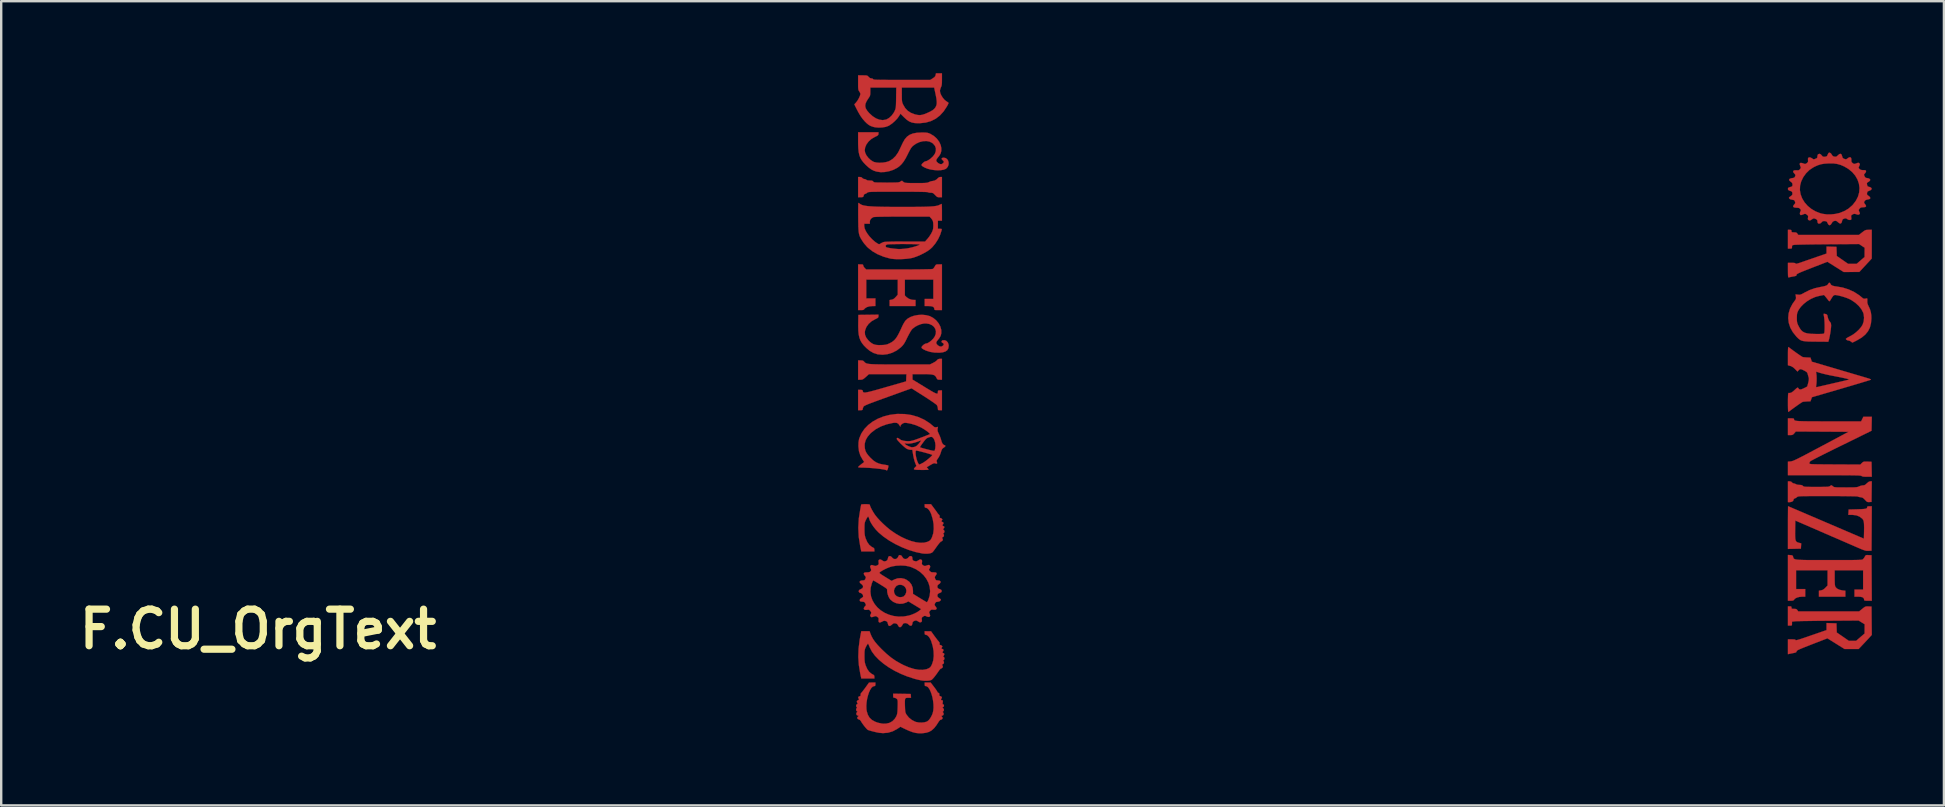
<source format=kicad_pcb>
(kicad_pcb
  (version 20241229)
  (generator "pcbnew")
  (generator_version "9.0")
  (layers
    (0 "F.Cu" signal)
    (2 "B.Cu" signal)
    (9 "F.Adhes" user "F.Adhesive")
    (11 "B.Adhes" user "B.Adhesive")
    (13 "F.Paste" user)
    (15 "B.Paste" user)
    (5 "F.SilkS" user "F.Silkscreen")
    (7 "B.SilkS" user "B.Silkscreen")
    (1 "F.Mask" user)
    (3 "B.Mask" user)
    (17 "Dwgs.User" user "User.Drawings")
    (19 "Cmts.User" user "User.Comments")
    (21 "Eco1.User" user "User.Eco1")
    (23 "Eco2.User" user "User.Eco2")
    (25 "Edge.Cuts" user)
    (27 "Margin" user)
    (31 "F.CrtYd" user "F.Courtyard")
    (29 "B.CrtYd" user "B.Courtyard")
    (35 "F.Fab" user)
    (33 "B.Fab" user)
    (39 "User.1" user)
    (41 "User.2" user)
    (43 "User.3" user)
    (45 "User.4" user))
  (footprint "F.CU_OrgText"
    (layer "F.Cu")
    (at 7.7 23.161)
    (property "Reference" "F.CU_OrgText" (at 0 0 0) (layer "F.SilkS") (effects (font (size 1.524 1.524) (thickness 0.3))))
    (attr through_hole)
    (fp_poly (pts (xy 25.167 -15.196) (xy 25.199 -15.186) (xy 25.209 -15.165) (xy 25.209 -15.154) (xy 25.224 -15.111) (xy 25.259 -15.061) (xy 25.271 -15.048) (xy 25.333 -14.986) (xy 26.702 -14.986) (xy 27.019 -14.986) (xy 27.297 -14.987) (xy 27.534 -14.989) (xy 27.732 -14.992) (xy 27.889 -14.995) (xy 28.004 -14.998) (xy 28.078 -15.003) (xy 28.11 -15.008) (xy 28.111 -15.008) (xy 28.145 -15.04) (xy 28.183 -15.094) (xy 28.194 -15.114) (xy 28.22 -15.16) (xy 28.245 -15.185) (xy 28.282 -15.196) (xy 28.345 -15.198) (xy 28.364 -15.198) (xy 28.49 -15.198) (xy 28.49 -13.293) (xy 28.332 -13.293) (xy 28.251 -13.293) (xy 28.203 -13.297) (xy 28.181 -13.308) (xy 28.173 -13.327) (xy 28.173 -13.344) (xy 28.158 -13.399) (xy 28.112 -13.436) (xy 28.03 -13.456) (xy 27.925 -13.462) (xy 27.771 -13.462) (xy 27.771 -13.758) (xy 28.131 -13.758) (xy 28.131 -14.563) (xy 26.945 -14.563) (xy 26.945 -13.902) (xy 27.015 -13.832) (xy 27.111 -13.765) (xy 27.23 -13.725) (xy 27.321 -13.716) (xy 27.39 -13.716) (xy 27.39 -13.462) (xy 26.31 -13.462) (xy 26.31 -13.712) (xy 26.395 -13.727) (xy 26.458 -13.746) (xy 26.515 -13.787) (xy 26.564 -13.837) (xy 26.649 -13.934) (xy 26.649 -14.563) (xy 25.337 -14.563) (xy 25.337 -13.78) (xy 25.718 -13.78) (xy 25.718 -13.462) (xy 25.596 -13.461) (xy 25.468 -13.449) (xy 25.362 -13.417) (xy 25.285 -13.368) (xy 25.266 -13.346) (xy 25.237 -13.314) (xy 25.199 -13.298) (xy 25.138 -13.293) (xy 25.112 -13.293) (xy 24.998 -13.293) (xy 24.998 -15.198) (xy 25.104 -15.198) (xy 25.167 -15.196)) (stroke (width 0.01) (type solid)) (fill yes) (layer "F.Cu"))
    (fp_poly (pts (xy 67.215 -3.27) (xy 67.088 -3.265) (xy 67.043 -3.264) (xy 67 -3.267) (xy 66.954 -3.277) (xy 66.897 -3.294) (xy 66.822 -3.322) (xy 66.725 -3.362) (xy 66.597 -3.417) (xy 66.548 -3.438) (xy 66.446 -3.483) (xy 66.311 -3.541) (xy 66.148 -3.612) (xy 65.964 -3.692) (xy 65.763 -3.779) (xy 65.551 -3.87) (xy 65.335 -3.964) (xy 65.12 -4.057) (xy 65.088 -4.072) (xy 64.04 -4.526) (xy 64.034 -4.136) (xy 64.032 -3.978) (xy 64.034 -3.857) (xy 64.04 -3.767) (xy 64.053 -3.704) (xy 64.074 -3.66) (xy 64.104 -3.632) (xy 64.145 -3.613) (xy 64.188 -3.6) (xy 64.285 -3.576) (xy 64.279 -3.465) (xy 64.273 -3.355) (xy 63.733 -3.343) (xy 63.733 -4.233) (xy 63.733 -4.422) (xy 63.733 -4.598) (xy 63.734 -4.755) (xy 63.735 -4.89) (xy 63.736 -4.998) (xy 63.737 -5.075) (xy 63.738 -5.116) (xy 63.738 -5.122) (xy 63.758 -5.114) (xy 63.814 -5.091) (xy 63.903 -5.053) (xy 64.022 -5.002) (xy 64.168 -4.94) (xy 64.339 -4.867) (xy 64.531 -4.784) (xy 64.742 -4.694) (xy 64.969 -4.597) (xy 65.208 -4.495) (xy 65.321 -4.446) (xy 66.897 -3.771) (xy 66.904 -4.071) (xy 66.906 -4.226) (xy 66.904 -4.344) (xy 66.898 -4.434) (xy 66.887 -4.5) (xy 66.869 -4.549) (xy 66.844 -4.587) (xy 66.828 -4.604) (xy 66.714 -4.691) (xy 66.582 -4.743) (xy 66.425 -4.762) (xy 66.41 -4.763) (xy 66.249 -4.763) (xy 66.262 -4.985) (xy 66.628 -4.995) (xy 66.769 -5) (xy 66.873 -5.006) (xy 66.946 -5.014) (xy 66.992 -5.025) (xy 67.019 -5.042) (xy 67.031 -5.065) (xy 67.035 -5.096) (xy 67.055 -5.114) (xy 67.114 -5.122) (xy 67.13 -5.122) (xy 67.226 -5.122) (xy 67.215 -3.27)) (stroke (width 0.01) (type solid)) (fill yes) (layer "F.Cu"))
    (fp_poly (pts (xy 63.832 -3.086) (xy 63.893 -3.08) (xy 63.926 -3.065) (xy 63.943 -3.033) (xy 63.949 -3.011) (xy 63.956 -2.986) (xy 63.963 -2.963) (xy 63.975 -2.945) (xy 63.993 -2.929) (xy 64.021 -2.916) (xy 64.062 -2.905) (xy 64.119 -2.897) (xy 64.195 -2.89) (xy 64.293 -2.886) (xy 64.415 -2.882) (xy 64.566 -2.88) (xy 64.747 -2.879) (xy 64.962 -2.879) (xy 65.214 -2.879) (xy 65.457 -2.879) (xy 65.731 -2.879) (xy 65.966 -2.879) (xy 66.165 -2.879) (xy 66.331 -2.88) (xy 66.467 -2.881) (xy 66.577 -2.883) (xy 66.663 -2.885) (xy 66.728 -2.888) (xy 66.777 -2.891) (xy 66.811 -2.896) (xy 66.834 -2.901) (xy 66.849 -2.908) (xy 66.86 -2.916) (xy 66.864 -2.92) (xy 66.904 -2.969) (xy 66.94 -3.027) (xy 66.961 -3.064) (xy 66.986 -3.083) (xy 67.027 -3.088) (xy 67.094 -3.086) (xy 67.215 -3.08) (xy 67.22 -2.133) (xy 67.226 -1.185) (xy 67.067 -1.185) (xy 66.986 -1.186) (xy 66.938 -1.191) (xy 66.915 -1.201) (xy 66.908 -1.22) (xy 66.908 -1.228) (xy 66.893 -1.287) (xy 66.847 -1.327) (xy 66.766 -1.349) (xy 66.664 -1.355) (xy 66.506 -1.355) (xy 66.506 -1.651) (xy 66.865 -1.651) (xy 66.865 -2.455) (xy 65.68 -2.455) (xy 65.68 -2.136) (xy 65.681 -2.005) (xy 65.684 -1.909) (xy 65.69 -1.841) (xy 65.699 -1.795) (xy 65.713 -1.761) (xy 65.715 -1.757) (xy 65.776 -1.693) (xy 65.871 -1.645) (xy 65.992 -1.617) (xy 66.013 -1.614) (xy 66.125 -1.603) (xy 66.125 -1.355) (xy 65.024 -1.355) (xy 65.024 -1.603) (xy 65.113 -1.618) (xy 65.18 -1.637) (xy 65.241 -1.677) (xy 65.293 -1.726) (xy 65.384 -1.821) (xy 65.384 -2.455) (xy 64.072 -2.455) (xy 64.072 -1.672) (xy 64.453 -1.672) (xy 64.453 -1.355) (xy 64.32 -1.354) (xy 64.209 -1.344) (xy 64.109 -1.317) (xy 64.031 -1.276) (xy 63.988 -1.229) (xy 63.966 -1.203) (xy 63.929 -1.19) (xy 63.865 -1.185) (xy 63.849 -1.185) (xy 63.733 -1.185) (xy 63.733 -3.093) (xy 63.832 -3.086)) (stroke (width 0.01) (type solid)) (fill yes) (layer "F.Cu"))
    (fp_poly (pts (xy 63.857 -0.949) (xy 63.878 -0.931) (xy 63.881 -0.9) (xy 63.884 -0.868) (xy 63.902 -0.852) (xy 63.945 -0.847) (xy 63.986 -0.847) (xy 64.054 -0.843) (xy 64.095 -0.829) (xy 64.124 -0.798) (xy 64.126 -0.794) (xy 64.161 -0.741) (xy 66.699 -0.741) (xy 66.83 -0.847) (xy 66.896 -0.9) (xy 66.944 -0.932) (xy 66.986 -0.946) (xy 67.036 -0.95) (xy 67.088 -0.948) (xy 67.215 -0.942) (xy 67.22 -0.352) (xy 67.226 0.238) (xy 67.137 0.336) (xy 67.087 0.391) (xy 67.017 0.466) (xy 66.937 0.552) (xy 66.863 0.63) (xy 66.678 0.826) (xy 66.091 0.826) (xy 65.734 0.603) (xy 65.377 0.38) (xy 64.735 0.629) (xy 64.557 0.699) (xy 64.414 0.755) (xy 64.304 0.8) (xy 64.221 0.835) (xy 64.163 0.863) (xy 64.125 0.884) (xy 64.103 0.901) (xy 64.094 0.916) (xy 64.093 0.923) (xy 64.087 0.949) (xy 64.063 0.968) (xy 64.012 0.983) (xy 63.96 0.994) (xy 63.882 1.009) (xy 63.815 1.023) (xy 63.78 1.03) (xy 63.733 1.042) (xy 63.733 0.423) (xy 63.892 0.423) (xy 63.976 0.425) (xy 64.025 0.431) (xy 64.047 0.444) (xy 64.05 0.454) (xy 64.061 0.46) (xy 64.096 0.456) (xy 64.158 0.441) (xy 64.25 0.413) (xy 64.376 0.371) (xy 64.538 0.316) (xy 64.542 0.314) (xy 64.689 0.263) (xy 64.832 0.214) (xy 64.962 0.169) (xy 65.073 0.131) (xy 65.156 0.102) (xy 65.188 0.091) (xy 65.341 0.039) (xy 65.341 -0.256) (xy 65.754 -0.243) (xy 65.767 0.138) (xy 66.02 0.312) (xy 66.272 0.487) (xy 66.571 0.487) (xy 66.749 0.333) (xy 66.927 0.18) (xy 66.929 -0.206) (xy 66.803 -0.283) (xy 66.678 -0.361) (xy 65.412 -0.352) (xy 65.18 -0.35) (xy 64.958 -0.348) (xy 64.75 -0.345) (xy 64.56 -0.342) (xy 64.391 -0.34) (xy 64.249 -0.337) (xy 64.137 -0.334) (xy 64.06 -0.331) (xy 64.024 -0.328) (xy 63.902 -0.314) (xy 63.902 -0.231) (xy 63.9 -0.178) (xy 63.886 -0.154) (xy 63.846 -0.148) (xy 63.818 -0.148) (xy 63.733 -0.148) (xy 63.733 -0.953) (xy 63.807 -0.953) (xy 63.857 -0.949)) (stroke (width 0.01) (type solid)) (fill yes) (layer "F.Cu"))
    (fp_poly (pts (xy 67.221 -8.557) (xy 67.215 -8.267) (xy 65.962 -7.652) (xy 65.746 -7.546) (xy 65.54 -7.444) (xy 65.348 -7.349) (xy 65.174 -7.262) (xy 65.019 -7.184) (xy 64.888 -7.117) (xy 64.784 -7.063) (xy 64.711 -7.024) (xy 64.67 -7.001) (xy 64.664 -6.997) (xy 64.634 -6.952) (xy 64.626 -6.912) (xy 64.628 -6.902) (xy 64.634 -6.894) (xy 64.647 -6.887) (xy 64.67 -6.882) (xy 64.708 -6.877) (xy 64.762 -6.874) (xy 64.838 -6.871) (xy 64.939 -6.869) (xy 65.067 -6.867) (xy 65.227 -6.866) (xy 65.421 -6.865) (xy 65.654 -6.863) (xy 65.69 -6.863) (xy 66.747 -6.858) (xy 66.813 -6.922) (xy 66.849 -6.955) (xy 66.882 -6.973) (xy 66.923 -6.982) (xy 66.987 -6.983) (xy 67.047 -6.981) (xy 67.215 -6.974) (xy 67.221 -6.662) (xy 67.226 -6.35) (xy 67.027 -6.35) (xy 66.925 -6.352) (xy 66.858 -6.358) (xy 66.818 -6.37) (xy 66.802 -6.382) (xy 66.793 -6.388) (xy 66.774 -6.393) (xy 66.743 -6.398) (xy 66.697 -6.402) (xy 66.634 -6.405) (xy 66.549 -6.407) (xy 66.441 -6.409) (xy 66.307 -6.411) (xy 66.143 -6.412) (xy 65.947 -6.413) (xy 65.717 -6.413) (xy 65.449 -6.413) (xy 65.254 -6.413) (xy 63.733 -6.413) (xy 63.733 -6.981) (xy 63.844 -6.988) (xy 63.87 -6.992) (xy 63.901 -6.999) (xy 63.94 -7.012) (xy 63.989 -7.031) (xy 64.052 -7.06) (xy 64.132 -7.098) (xy 64.231 -7.148) (xy 64.352 -7.21) (xy 64.5 -7.287) (xy 64.676 -7.38) (xy 64.883 -7.49) (xy 65.107 -7.609) (xy 66.26 -8.223) (xy 64.061 -8.235) (xy 63.997 -8.16) (xy 63.952 -8.113) (xy 63.908 -8.092) (xy 63.847 -8.086) (xy 63.833 -8.086) (xy 63.733 -8.086) (xy 63.733 -8.784) (xy 63.86 -8.784) (xy 63.931 -8.782) (xy 63.97 -8.775) (xy 63.985 -8.76) (xy 63.987 -8.745) (xy 63.988 -8.728) (xy 63.994 -8.713) (xy 64.008 -8.701) (xy 64.032 -8.69) (xy 64.069 -8.681) (xy 64.123 -8.674) (xy 64.197 -8.669) (xy 64.293 -8.665) (xy 64.414 -8.662) (xy 64.563 -8.66) (xy 64.743 -8.658) (xy 64.958 -8.658) (xy 65.209 -8.657) (xy 65.438 -8.657) (xy 66.781 -8.657) (xy 66.874 -8.848) (xy 67.227 -8.848) (xy 67.221 -8.557)) (stroke (width 0.01) (type solid)) (fill yes) (layer "F.Cu"))
    (fp_poly (pts (xy 63.857 -16.633) (xy 63.878 -16.615) (xy 63.881 -16.584) (xy 63.884 -16.553) (xy 63.902 -16.537) (xy 63.945 -16.532) (xy 63.986 -16.531) (xy 64.054 -16.528) (xy 64.095 -16.513) (xy 64.124 -16.482) (xy 64.126 -16.478) (xy 64.161 -16.425) (xy 66.691 -16.425) (xy 66.826 -16.531) (xy 66.895 -16.584) (xy 66.946 -16.615) (xy 66.992 -16.631) (xy 67.048 -16.636) (xy 67.093 -16.637) (xy 67.225 -16.637) (xy 67.225 -16.039) (xy 67.224 -15.441) (xy 66.707 -14.882) (xy 66.381 -14.881) (xy 66.056 -14.88) (xy 65.716 -15.093) (xy 65.377 -15.306) (xy 64.735 -15.057) (xy 64.557 -14.987) (xy 64.414 -14.931) (xy 64.303 -14.886) (xy 64.221 -14.85) (xy 64.162 -14.823) (xy 64.124 -14.801) (xy 64.103 -14.784) (xy 64.094 -14.769) (xy 64.093 -14.762) (xy 64.088 -14.738) (xy 64.066 -14.721) (xy 64.021 -14.706) (xy 63.942 -14.691) (xy 63.939 -14.69) (xy 63.86 -14.676) (xy 63.797 -14.662) (xy 63.761 -14.653) (xy 63.759 -14.653) (xy 63.749 -14.658) (xy 63.741 -14.688) (xy 63.736 -14.745) (xy 63.734 -14.836) (xy 63.733 -14.952) (xy 63.733 -15.261) (xy 63.892 -15.261) (xy 63.976 -15.259) (xy 64.026 -15.253) (xy 64.047 -15.241) (xy 64.05 -15.231) (xy 64.06 -15.221) (xy 64.093 -15.224) (xy 64.152 -15.239) (xy 64.243 -15.268) (xy 64.341 -15.302) (xy 64.467 -15.346) (xy 64.618 -15.398) (xy 64.777 -15.453) (xy 64.929 -15.506) (xy 64.987 -15.526) (xy 65.341 -15.648) (xy 65.341 -15.94) (xy 65.754 -15.928) (xy 65.761 -15.737) (xy 65.768 -15.547) (xy 66.241 -15.219) (xy 66.418 -15.219) (xy 66.595 -15.219) (xy 66.76 -15.362) (xy 66.926 -15.505) (xy 66.927 -15.697) (xy 66.929 -15.89) (xy 66.812 -15.968) (xy 66.696 -16.045) (xy 65.421 -16.036) (xy 65.188 -16.034) (xy 64.966 -16.032) (xy 64.757 -16.03) (xy 64.565 -16.027) (xy 64.396 -16.024) (xy 64.253 -16.021) (xy 64.14 -16.018) (xy 64.062 -16.015) (xy 64.024 -16.013) (xy 63.956 -16.004) (xy 63.919 -15.992) (xy 63.905 -15.971) (xy 63.902 -15.934) (xy 63.902 -15.926) (xy 63.899 -15.88) (xy 63.883 -15.859) (xy 63.841 -15.854) (xy 63.818 -15.854) (xy 63.733 -15.854) (xy 63.733 -16.637) (xy 63.807 -16.637) (xy 63.857 -16.633)) (stroke (width 0.01) (type solid)) (fill yes) (layer "F.Cu"))
    (fp_poly (pts (xy 25.138 -18.826) (xy 25.172 -18.796) (xy 25.216 -18.761) (xy 25.254 -18.754) (xy 25.307 -18.742) (xy 25.337 -18.722) (xy 25.379 -18.7) (xy 25.461 -18.69) (xy 25.482 -18.69) (xy 25.556 -18.687) (xy 25.599 -18.675) (xy 25.625 -18.652) (xy 25.628 -18.648) (xy 25.638 -18.635) (xy 25.653 -18.625) (xy 25.678 -18.617) (xy 25.719 -18.612) (xy 25.78 -18.609) (xy 25.867 -18.607) (xy 25.984 -18.606) (xy 26.138 -18.606) (xy 26.18 -18.605) (xy 26.344 -18.606) (xy 26.47 -18.606) (xy 26.565 -18.608) (xy 26.633 -18.611) (xy 26.682 -18.616) (xy 26.715 -18.624) (xy 26.739 -18.634) (xy 26.759 -18.647) (xy 26.764 -18.651) (xy 26.808 -18.677) (xy 26.835 -18.678) (xy 26.836 -18.676) (xy 26.863 -18.65) (xy 26.902 -18.62) (xy 26.925 -18.608) (xy 26.956 -18.599) (xy 27.003 -18.593) (xy 27.069 -18.588) (xy 27.162 -18.586) (xy 27.287 -18.585) (xy 27.411 -18.584) (xy 27.564 -18.585) (xy 27.681 -18.586) (xy 27.768 -18.589) (xy 27.831 -18.593) (xy 27.878 -18.6) (xy 27.913 -18.61) (xy 27.944 -18.624) (xy 27.951 -18.627) (xy 28.017 -18.654) (xy 28.08 -18.668) (xy 28.094 -18.669) (xy 28.184 -18.688) (xy 28.27 -18.738) (xy 28.317 -18.785) (xy 28.374 -18.83) (xy 28.425 -18.838) (xy 28.49 -18.838) (xy 28.49 -17.992) (xy 28.392 -17.992) (xy 28.334 -17.995) (xy 28.291 -18.009) (xy 28.248 -18.043) (xy 28.206 -18.087) (xy 28.152 -18.141) (xy 28.111 -18.169) (xy 28.065 -18.181) (xy 28.019 -18.182) (xy 27.958 -18.186) (xy 27.917 -18.197) (xy 27.908 -18.203) (xy 27.884 -18.208) (xy 27.818 -18.213) (xy 27.712 -18.216) (xy 27.566 -18.219) (xy 27.381 -18.222) (xy 27.158 -18.223) (xy 26.898 -18.224) (xy 26.658 -18.224) (xy 26.398 -18.224) (xy 26.177 -18.224) (xy 25.991 -18.224) (xy 25.838 -18.223) (xy 25.714 -18.221) (xy 25.616 -18.22) (xy 25.541 -18.217) (xy 25.485 -18.214) (xy 25.445 -18.209) (xy 25.417 -18.204) (xy 25.399 -18.198) (xy 25.387 -18.19) (xy 25.382 -18.185) (xy 25.33 -18.149) (xy 25.287 -18.132) (xy 25.243 -18.109) (xy 25.231 -18.068) (xy 25.221 -18.026) (xy 25.186 -18.002) (xy 25.119 -17.992) (xy 25.081 -17.992) (xy 24.998 -17.992) (xy 24.998 -18.838) (xy 25.072 -18.838) (xy 25.138 -18.826)) (stroke (width 0.01) (type solid)) (fill yes) (layer "F.Cu"))
    (fp_poly (pts (xy 63.869 -6.145) (xy 63.897 -6.117) (xy 63.937 -6.083) (xy 63.971 -6.074) (xy 64.026 -6.061) (xy 64.06 -6.042) (xy 64.108 -6.023) (xy 64.18 -6.012) (xy 64.21 -6.011) (xy 64.287 -6.006) (xy 64.336 -5.987) (xy 64.357 -5.969) (xy 64.371 -5.956) (xy 64.39 -5.946) (xy 64.418 -5.938) (xy 64.462 -5.933) (xy 64.526 -5.93) (xy 64.616 -5.928) (xy 64.736 -5.927) (xy 64.893 -5.927) (xy 64.919 -5.927) (xy 65.083 -5.927) (xy 65.209 -5.928) (xy 65.304 -5.93) (xy 65.373 -5.933) (xy 65.421 -5.938) (xy 65.454 -5.946) (xy 65.476 -5.956) (xy 65.492 -5.967) (xy 65.527 -5.992) (xy 65.552 -5.993) (xy 65.587 -5.969) (xy 65.602 -5.956) (xy 65.623 -5.94) (xy 65.644 -5.927) (xy 65.672 -5.918) (xy 65.713 -5.912) (xy 65.772 -5.909) (xy 65.855 -5.906) (xy 65.968 -5.906) (xy 66.117 -5.906) (xy 66.138 -5.905) (xy 66.294 -5.906) (xy 66.414 -5.907) (xy 66.503 -5.909) (xy 66.569 -5.914) (xy 66.617 -5.92) (xy 66.654 -5.93) (xy 66.685 -5.942) (xy 66.696 -5.948) (xy 66.768 -5.975) (xy 66.842 -5.99) (xy 66.857 -5.99) (xy 66.912 -5.997) (xy 66.961 -6.023) (xy 67.019 -6.075) (xy 67.087 -6.133) (xy 67.145 -6.158) (xy 67.165 -6.16) (xy 67.226 -6.16) (xy 67.22 -5.731) (xy 67.215 -5.302) (xy 67.124 -5.296) (xy 67.072 -5.295) (xy 67.033 -5.305) (xy 66.994 -5.335) (xy 66.944 -5.388) (xy 66.888 -5.445) (xy 66.841 -5.477) (xy 66.787 -5.493) (xy 66.754 -5.498) (xy 66.692 -5.508) (xy 66.65 -5.521) (xy 66.642 -5.527) (xy 66.619 -5.531) (xy 66.558 -5.534) (xy 66.462 -5.537) (xy 66.334 -5.539) (xy 66.18 -5.541) (xy 66.002 -5.543) (xy 65.804 -5.545) (xy 65.59 -5.545) (xy 65.393 -5.546) (xy 65.133 -5.546) (xy 64.912 -5.545) (xy 64.727 -5.545) (xy 64.575 -5.544) (xy 64.451 -5.543) (xy 64.353 -5.541) (xy 64.278 -5.538) (xy 64.222 -5.535) (xy 64.181 -5.531) (xy 64.154 -5.526) (xy 64.135 -5.519) (xy 64.123 -5.512) (xy 64.114 -5.504) (xy 64.062 -5.467) (xy 64.019 -5.449) (xy 63.976 -5.424) (xy 63.966 -5.388) (xy 63.946 -5.342) (xy 63.894 -5.309) (xy 63.818 -5.292) (xy 63.795 -5.292) (xy 63.733 -5.292) (xy 63.733 -6.16) (xy 63.802 -6.16) (xy 63.869 -6.145)) (stroke (width 0.01) (type solid)) (fill yes) (layer "F.Cu"))
    (fp_poly (pts (xy 28.49 -10.393) (xy 28.395 -10.393) (xy 28.336 -10.395) (xy 28.301 -10.41) (xy 28.274 -10.447) (xy 28.255 -10.484) (xy 28.23 -10.528) (xy 28.198 -10.562) (xy 28.154 -10.587) (xy 28.093 -10.605) (xy 28.01 -10.616) (xy 27.898 -10.623) (xy 27.753 -10.625) (xy 27.643 -10.626) (xy 27.263 -10.626) (xy 27.263 -10.399) (xy 27.765 -10.092) (xy 27.921 -9.997) (xy 28.045 -9.923) (xy 28.14 -9.869) (xy 28.211 -9.834) (xy 28.26 -9.815) (xy 28.292 -9.812) (xy 28.31 -9.823) (xy 28.319 -9.848) (xy 28.321 -9.884) (xy 28.321 -9.887) (xy 28.325 -9.927) (xy 28.343 -9.944) (xy 28.39 -9.948) (xy 28.406 -9.948) (xy 28.49 -9.948) (xy 28.49 -9.123) (xy 28.406 -9.123) (xy 28.351 -9.125) (xy 28.327 -9.139) (xy 28.321 -9.176) (xy 28.321 -9.199) (xy 28.309 -9.269) (xy 28.281 -9.332) (xy 28.28 -9.333) (xy 28.252 -9.359) (xy 28.192 -9.404) (xy 28.107 -9.464) (xy 28.001 -9.537) (xy 27.88 -9.617) (xy 27.747 -9.703) (xy 27.732 -9.712) (xy 27.225 -10.034) (xy 26.24 -9.679) (xy 26.013 -9.597) (xy 25.823 -9.528) (xy 25.666 -9.47) (xy 25.539 -9.423) (xy 25.439 -9.384) (xy 25.363 -9.352) (xy 25.307 -9.327) (xy 25.267 -9.307) (xy 25.242 -9.29) (xy 25.226 -9.275) (xy 25.222 -9.268) (xy 25.197 -9.213) (xy 25.188 -9.167) (xy 25.183 -9.14) (xy 25.158 -9.127) (xy 25.105 -9.123) (xy 25.093 -9.123) (xy 24.998 -9.123) (xy 24.998 -9.97) (xy 25.092 -9.97) (xy 25.151 -9.967) (xy 25.18 -9.954) (xy 25.192 -9.926) (xy 25.192 -9.922) (xy 25.198 -9.897) (xy 25.208 -9.877) (xy 25.228 -9.864) (xy 25.259 -9.858) (xy 25.306 -9.86) (xy 25.373 -9.871) (xy 25.461 -9.89) (xy 25.576 -9.919) (xy 25.721 -9.958) (xy 25.898 -10.008) (xy 26.112 -10.069) (xy 26.152 -10.081) (xy 26.998 -10.324) (xy 27.004 -10.475) (xy 27.011 -10.626) (xy 25.45 -10.626) (xy 25.321 -10.509) (xy 25.254 -10.451) (xy 25.205 -10.416) (xy 25.163 -10.399) (xy 25.116 -10.393) (xy 25.095 -10.393) (xy 24.998 -10.393) (xy 24.998 -11.197) (xy 25.102 -11.197) (xy 25.171 -11.193) (xy 25.216 -11.176) (xy 25.254 -11.139) (xy 25.256 -11.137) (xy 25.276 -11.116) (xy 25.297 -11.097) (xy 25.324 -11.081) (xy 25.36 -11.068) (xy 25.407 -11.057) (xy 25.469 -11.048) (xy 25.549 -11.042) (xy 25.651 -11.036) (xy 25.777 -11.033) (xy 25.931 -11.03) (xy 26.116 -11.029) (xy 26.335 -11.028) (xy 26.591 -11.028) (xy 26.746 -11.028) (xy 27.988 -11.028) (xy 28.122 -11.094) (xy 28.195 -11.134) (xy 28.255 -11.177) (xy 28.289 -11.21) (xy 28.324 -11.246) (xy 28.377 -11.26) (xy 28.406 -11.261) (xy 28.49 -11.261) (xy 28.49 -10.393)) (stroke (width 0.01) (type solid)) (fill yes) (layer "F.Cu"))
    (fp_poly (pts (xy 25.845 -20.638) (xy 25.841 -20.605) (xy 25.826 -20.579) (xy 25.79 -20.553) (xy 25.727 -20.521) (xy 25.691 -20.504) (xy 25.551 -20.422) (xy 25.434 -20.317) (xy 25.345 -20.197) (xy 25.29 -20.067) (xy 25.273 -19.945) (xy 25.292 -19.847) (xy 25.342 -19.743) (xy 25.418 -19.642) (xy 25.511 -19.552) (xy 25.614 -19.484) (xy 25.66 -19.463) (xy 25.764 -19.439) (xy 25.891 -19.43) (xy 26.029 -19.437) (xy 26.163 -19.458) (xy 26.278 -19.493) (xy 26.296 -19.501) (xy 26.435 -19.587) (xy 26.56 -19.709) (xy 26.666 -19.862) (xy 26.703 -19.934) (xy 26.752 -20.036) (xy 26.807 -20.153) (xy 26.858 -20.261) (xy 26.863 -20.271) (xy 26.942 -20.409) (xy 27.034 -20.516) (xy 27.145 -20.595) (xy 27.279 -20.649) (xy 27.442 -20.68) (xy 27.638 -20.69) (xy 27.654 -20.69) (xy 27.762 -20.689) (xy 27.84 -20.685) (xy 27.899 -20.675) (xy 27.953 -20.658) (xy 28.008 -20.634) (xy 28.153 -20.547) (xy 28.277 -20.435) (xy 28.374 -20.306) (xy 28.438 -20.166) (xy 28.463 -20.046) (xy 28.463 -19.923) (xy 28.435 -19.817) (xy 28.375 -19.716) (xy 28.331 -19.663) (xy 28.274 -19.591) (xy 28.252 -19.534) (xy 28.265 -19.485) (xy 28.312 -19.435) (xy 28.331 -19.419) (xy 28.408 -19.376) (xy 28.474 -19.373) (xy 28.533 -19.41) (xy 28.567 -19.453) (xy 28.568 -19.486) (xy 28.533 -19.525) (xy 28.52 -19.535) (xy 28.48 -19.58) (xy 28.48 -19.616) (xy 28.519 -19.638) (xy 28.563 -19.643) (xy 28.646 -19.625) (xy 28.709 -19.578) (xy 28.751 -19.509) (xy 28.769 -19.428) (xy 28.764 -19.343) (xy 28.732 -19.262) (xy 28.672 -19.194) (xy 28.646 -19.175) (xy 28.56 -19.141) (xy 28.444 -19.122) (xy 28.309 -19.117) (xy 28.165 -19.127) (xy 28.02 -19.149) (xy 27.886 -19.184) (xy 27.772 -19.231) (xy 27.765 -19.235) (xy 27.688 -19.279) (xy 27.647 -19.313) (xy 27.638 -19.345) (xy 27.659 -19.381) (xy 27.694 -19.419) (xy 27.756 -19.47) (xy 27.812 -19.494) (xy 27.822 -19.494) (xy 27.865 -19.507) (xy 27.929 -19.542) (xy 28.002 -19.592) (xy 28.007 -19.595) (xy 28.12 -19.699) (xy 28.197 -19.809) (xy 28.236 -19.92) (xy 28.238 -20.028) (xy 28.202 -20.131) (xy 28.126 -20.223) (xy 28.086 -20.256) (xy 27.974 -20.312) (xy 27.843 -20.336) (xy 27.701 -20.329) (xy 27.555 -20.292) (xy 27.413 -20.227) (xy 27.287 -20.138) (xy 27.243 -20.095) (xy 27.2 -20.038) (xy 27.154 -19.96) (xy 27.098 -19.854) (xy 27.064 -19.783) (xy 26.976 -19.612) (xy 26.89 -19.475) (xy 26.803 -19.366) (xy 26.709 -19.278) (xy 26.628 -19.22) (xy 26.47 -19.138) (xy 26.293 -19.079) (xy 26.109 -19.045) (xy 25.93 -19.039) (xy 25.771 -19.062) (xy 25.652 -19.1) (xy 25.543 -19.156) (xy 25.434 -19.236) (xy 25.314 -19.345) (xy 25.304 -19.356) (xy 25.214 -19.452) (xy 25.143 -19.546) (xy 25.088 -19.644) (xy 25.049 -19.752) (xy 25.022 -19.877) (xy 25.006 -20.027) (xy 24.999 -20.207) (xy 24.998 -20.345) (xy 24.998 -20.701) (xy 25.845 -20.701) (xy 25.845 -20.638)) (stroke (width 0.01) (type solid)) (fill yes) (layer "F.Cu"))
    (fp_poly (pts (xy 25.845 -13.039) (xy 25.841 -13.004) (xy 25.824 -12.977) (xy 25.786 -12.951) (xy 25.718 -12.918) (xy 25.709 -12.914) (xy 25.557 -12.827) (xy 25.435 -12.718) (xy 25.344 -12.592) (xy 25.29 -12.453) (xy 25.278 -12.38) (xy 25.286 -12.264) (xy 25.334 -12.149) (xy 25.422 -12.035) (xy 25.474 -11.984) (xy 25.558 -11.916) (xy 25.641 -11.871) (xy 25.735 -11.844) (xy 25.849 -11.834) (xy 25.978 -11.836) (xy 26.082 -11.842) (xy 26.16 -11.854) (xy 26.227 -11.873) (xy 26.3 -11.905) (xy 26.316 -11.913) (xy 26.395 -11.956) (xy 26.463 -12.003) (xy 26.524 -12.059) (xy 26.582 -12.13) (xy 26.64 -12.221) (xy 26.703 -12.338) (xy 26.774 -12.484) (xy 26.837 -12.623) (xy 26.88 -12.709) (xy 26.929 -12.793) (xy 26.97 -12.853) (xy 27.063 -12.939) (xy 27.187 -13.008) (xy 27.333 -13.059) (xy 27.494 -13.089) (xy 27.66 -13.098) (xy 27.824 -13.083) (xy 27.977 -13.044) (xy 27.988 -13.04) (xy 28.125 -12.968) (xy 28.248 -12.867) (xy 28.349 -12.745) (xy 28.422 -12.61) (xy 28.461 -12.47) (xy 28.463 -12.448) (xy 28.463 -12.324) (xy 28.435 -12.219) (xy 28.375 -12.117) (xy 28.331 -12.064) (xy 28.275 -11.993) (xy 28.252 -11.936) (xy 28.264 -11.887) (xy 28.309 -11.835) (xy 28.325 -11.821) (xy 28.4 -11.778) (xy 28.471 -11.774) (xy 28.534 -11.812) (xy 28.534 -11.812) (xy 28.567 -11.86) (xy 28.558 -11.898) (xy 28.515 -11.927) (xy 28.476 -11.96) (xy 28.474 -11.999) (xy 28.507 -12.03) (xy 28.525 -12.036) (xy 28.609 -12.038) (xy 28.682 -12.004) (xy 28.737 -11.94) (xy 28.767 -11.852) (xy 28.771 -11.808) (xy 28.758 -11.706) (xy 28.715 -11.627) (xy 28.639 -11.571) (xy 28.529 -11.535) (xy 28.393 -11.519) (xy 28.19 -11.522) (xy 27.997 -11.552) (xy 27.827 -11.606) (xy 27.799 -11.619) (xy 27.71 -11.664) (xy 27.658 -11.7) (xy 27.639 -11.733) (xy 27.65 -11.77) (xy 27.689 -11.815) (xy 27.694 -11.821) (xy 27.747 -11.865) (xy 27.795 -11.892) (xy 27.814 -11.896) (xy 27.882 -11.912) (xy 27.963 -11.957) (xy 28.047 -12.022) (xy 28.124 -12.099) (xy 28.185 -12.182) (xy 28.185 -12.183) (xy 28.232 -12.297) (xy 28.24 -12.407) (xy 28.213 -12.509) (xy 28.156 -12.598) (xy 28.07 -12.668) (xy 27.961 -12.716) (xy 27.832 -12.737) (xy 27.741 -12.735) (xy 27.615 -12.709) (xy 27.485 -12.659) (xy 27.364 -12.593) (xy 27.267 -12.517) (xy 27.234 -12.482) (xy 27.198 -12.429) (xy 27.15 -12.348) (xy 27.096 -12.249) (xy 27.042 -12.143) (xy 27.035 -12.127) (xy 26.979 -12.014) (xy 26.933 -11.929) (xy 26.89 -11.864) (xy 26.845 -11.809) (xy 26.79 -11.753) (xy 26.773 -11.738) (xy 26.608 -11.612) (xy 26.423 -11.518) (xy 26.225 -11.458) (xy 26.022 -11.434) (xy 25.822 -11.45) (xy 25.806 -11.453) (xy 25.642 -11.505) (xy 25.481 -11.598) (xy 25.345 -11.711) (xy 25.24 -11.817) (xy 25.158 -11.92) (xy 25.096 -12.027) (xy 25.051 -12.144) (xy 25.022 -12.279) (xy 25.007 -12.438) (xy 25.002 -12.628) (xy 25.003 -12.738) (xy 25.008 -13.092) (xy 25.845 -13.103) (xy 25.845 -13.039)) (stroke (width 0.01) (type solid)) (fill yes) (layer "F.Cu"))
    (fp_poly (pts (xy 25.511 0.185) (xy 25.559 0.3) (xy 25.62 0.411) (xy 25.701 0.526) (xy 25.805 0.651) (xy 25.937 0.791) (xy 25.982 0.837) (xy 26.181 1.025) (xy 26.373 1.183) (xy 26.569 1.319) (xy 26.782 1.44) (xy 26.905 1.502) (xy 27.121 1.593) (xy 27.328 1.656) (xy 27.519 1.69) (xy 27.691 1.694) (xy 27.841 1.669) (xy 27.909 1.643) (xy 27.969 1.612) (xy 28.01 1.578) (xy 28.043 1.528) (xy 28.077 1.459) (xy 28.128 1.299) (xy 28.149 1.115) (xy 28.142 0.915) (xy 28.106 0.705) (xy 28.042 0.493) (xy 28.041 0.49) (xy 27.996 0.393) (xy 27.941 0.313) (xy 27.882 0.257) (xy 27.827 0.233) (xy 27.821 0.233) (xy 27.787 0.227) (xy 27.773 0.201) (xy 27.771 0.159) (xy 27.771 0.085) (xy 28.035 0.086) (xy 28.173 0.278) (xy 28.234 0.36) (xy 28.29 0.434) (xy 28.335 0.489) (xy 28.358 0.513) (xy 28.392 0.563) (xy 28.392 0.607) (xy 28.391 0.646) (xy 28.41 0.656) (xy 28.45 0.668) (xy 28.481 0.686) (xy 28.508 0.714) (xy 28.5 0.739) (xy 28.496 0.744) (xy 28.471 0.785) (xy 28.48 0.816) (xy 28.512 0.826) (xy 28.544 0.842) (xy 28.555 0.878) (xy 28.542 0.913) (xy 28.533 0.921) (xy 28.513 0.95) (xy 28.518 0.981) (xy 28.544 0.995) (xy 28.579 1.01) (xy 28.589 1.048) (xy 28.571 1.093) (xy 28.564 1.101) (xy 28.54 1.132) (xy 28.545 1.148) (xy 28.562 1.155) (xy 28.589 1.185) (xy 28.594 1.231) (xy 28.576 1.276) (xy 28.559 1.291) (xy 28.537 1.313) (xy 28.549 1.326) (xy 28.572 1.355) (xy 28.574 1.399) (xy 28.556 1.439) (xy 28.533 1.454) (xy 28.495 1.473) (xy 28.499 1.5) (xy 28.514 1.518) (xy 28.528 1.556) (xy 28.515 1.599) (xy 28.484 1.627) (xy 28.469 1.63) (xy 28.434 1.648) (xy 28.388 1.696) (xy 28.363 1.73) (xy 28.274 1.858) (xy 28.194 1.965) (xy 28.124 2.048) (xy 28.07 2.101) (xy 28.046 2.117) (xy 27.968 2.139) (xy 27.862 2.149) (xy 27.742 2.147) (xy 27.654 2.137) (xy 27.573 2.121) (xy 27.471 2.098) (xy 27.365 2.071) (xy 27.337 2.063) (xy 27.049 1.97) (xy 26.774 1.858) (xy 26.513 1.73) (xy 26.272 1.588) (xy 26.054 1.434) (xy 25.863 1.273) (xy 25.701 1.106) (xy 25.574 0.935) (xy 25.485 0.765) (xy 25.473 0.733) (xy 25.446 0.667) (xy 25.423 0.62) (xy 25.408 0.603) (xy 25.39 0.621) (xy 25.36 0.667) (xy 25.326 0.73) (xy 25.299 0.787) (xy 25.281 0.836) (xy 25.27 0.888) (xy 25.264 0.954) (xy 25.263 1.044) (xy 25.262 1.111) (xy 25.264 1.232) (xy 25.269 1.323) (xy 25.28 1.398) (xy 25.299 1.468) (xy 25.312 1.509) (xy 25.378 1.66) (xy 25.46 1.777) (xy 25.556 1.857) (xy 25.585 1.873) (xy 25.641 1.903) (xy 25.668 1.932) (xy 25.675 1.973) (xy 25.675 1.984) (xy 25.675 2.053) (xy 25.131 2.053) (xy 25.085 1.84) (xy 25.029 1.5) (xy 25.006 1.161) (xy 25.017 0.815) (xy 25.061 0.454) (xy 25.084 0.323) (xy 25.13 0.085) (xy 25.475 0.085) (xy 25.511 0.185)) (stroke (width 0.01) (type solid)) (fill yes) (layer "F.Cu"))
    (fp_poly (pts (xy 63.759 -11.753) (xy 63.846 -11.686) (xy 63.942 -11.614) (xy 64.041 -11.542) (xy 64.138 -11.474) (xy 64.224 -11.414) (xy 64.293 -11.369) (xy 64.34 -11.341) (xy 64.353 -11.335) (xy 64.399 -11.329) (xy 64.469 -11.323) (xy 64.535 -11.319) (xy 64.671 -11.314) (xy 64.7 -11.228) (xy 64.728 -11.143) (xy 65.834 -10.817) (xy 66.047 -10.754) (xy 66.251 -10.694) (xy 66.443 -10.637) (xy 66.617 -10.586) (xy 66.77 -10.541) (xy 66.898 -10.503) (xy 66.995 -10.474) (xy 67.058 -10.455) (xy 67.074 -10.451) (xy 67.139 -10.428) (xy 67.181 -10.408) (xy 67.191 -10.394) (xy 67.191 -10.394) (xy 67.168 -10.385) (xy 67.108 -10.366) (xy 67.014 -10.336) (xy 66.89 -10.299) (xy 66.74 -10.253) (xy 66.568 -10.202) (xy 66.376 -10.145) (xy 66.169 -10.084) (xy 65.953 -10.02) (xy 64.733 -9.664) (xy 64.702 -9.578) (xy 64.671 -9.493) (xy 64.535 -9.488) (xy 64.456 -9.483) (xy 64.388 -9.477) (xy 64.353 -9.472) (xy 64.323 -9.457) (xy 64.266 -9.421) (xy 64.188 -9.368) (xy 64.097 -9.304) (xy 63.999 -9.234) (xy 63.9 -9.161) (xy 63.807 -9.091) (xy 63.759 -9.054) (xy 63.75 -9.055) (xy 63.743 -9.076) (xy 63.738 -9.124) (xy 63.735 -9.201) (xy 63.733 -9.313) (xy 63.733 -9.439) (xy 63.733 -9.586) (xy 63.736 -9.696) (xy 63.739 -9.771) (xy 63.745 -9.817) (xy 63.753 -9.839) (xy 63.759 -9.841) (xy 63.82 -9.84) (xy 63.876 -9.857) (xy 63.938 -9.899) (xy 64.011 -9.964) (xy 64.075 -10.023) (xy 64.115 -10.055) (xy 64.14 -10.064) (xy 64.155 -10.055) (xy 64.159 -10.049) (xy 64.194 -10.003) (xy 64.239 -9.985) (xy 64.301 -9.995) (xy 64.388 -10.032) (xy 64.394 -10.035) (xy 64.461 -10.069) (xy 64.51 -10.095) (xy 64.533 -10.107) (xy 64.533 -10.108) (xy 64.536 -10.115) (xy 64.905 -10.115) (xy 64.908 -10.088) (xy 64.924 -10.082) (xy 64.945 -10.086) (xy 64.977 -10.093) (xy 65.044 -10.109) (xy 65.142 -10.132) (xy 65.265 -10.16) (xy 65.408 -10.193) (xy 65.565 -10.229) (xy 65.637 -10.246) (xy 65.796 -10.283) (xy 65.941 -10.316) (xy 66.067 -10.346) (xy 66.17 -10.371) (xy 66.243 -10.389) (xy 66.283 -10.4) (xy 66.289 -10.402) (xy 66.274 -10.41) (xy 66.223 -10.425) (xy 66.142 -10.445) (xy 66.036 -10.469) (xy 65.912 -10.495) (xy 65.774 -10.522) (xy 65.63 -10.55) (xy 65.613 -10.553) (xy 65.455 -10.584) (xy 65.298 -10.619) (xy 65.153 -10.655) (xy 65.029 -10.69) (xy 64.937 -10.721) (xy 64.935 -10.721) (xy 64.913 -10.725) (xy 64.907 -10.706) (xy 64.914 -10.656) (xy 64.914 -10.654) (xy 64.924 -10.565) (xy 64.928 -10.451) (xy 64.926 -10.33) (xy 64.919 -10.219) (xy 64.913 -10.176) (xy 64.905 -10.115) (xy 64.536 -10.115) (xy 64.542 -10.13) (xy 64.557 -10.182) (xy 64.576 -10.254) (xy 64.579 -10.266) (xy 64.602 -10.372) (xy 64.605 -10.447) (xy 64.6 -10.474) (xy 64.583 -10.531) (xy 64.563 -10.603) (xy 64.559 -10.62) (xy 64.542 -10.672) (xy 64.517 -10.708) (xy 64.473 -10.74) (xy 64.41 -10.774) (xy 64.329 -10.813) (xy 64.275 -10.831) (xy 64.236 -10.83) (xy 64.203 -10.81) (xy 64.178 -10.786) (xy 64.13 -10.734) (xy 64.028 -10.838) (xy 63.943 -10.914) (xy 63.862 -10.958) (xy 63.83 -10.968) (xy 63.733 -10.994) (xy 63.733 -11.384) (xy 63.733 -11.525) (xy 63.735 -11.628) (xy 63.739 -11.698) (xy 63.744 -11.738) (xy 63.752 -11.754) (xy 63.759 -11.753)) (stroke (width 0.01) (type solid)) (fill yes) (layer "F.Cu"))
    (fp_poly (pts (xy 27.903 -5.206) (xy 28.035 -5.206) (xy 28.162 -5.035) (xy 28.219 -4.959) (xy 28.267 -4.893) (xy 28.3 -4.845) (xy 28.31 -4.83) (xy 28.345 -4.787) (xy 28.369 -4.767) (xy 28.396 -4.725) (xy 28.393 -4.687) (xy 28.39 -4.646) (xy 28.41 -4.636) (xy 28.45 -4.624) (xy 28.481 -4.605) (xy 28.508 -4.577) (xy 28.5 -4.552) (xy 28.496 -4.548) (xy 28.471 -4.507) (xy 28.48 -4.476) (xy 28.512 -4.466) (xy 28.544 -4.45) (xy 28.555 -4.414) (xy 28.542 -4.379) (xy 28.533 -4.371) (xy 28.513 -4.342) (xy 28.518 -4.31) (xy 28.544 -4.297) (xy 28.58 -4.281) (xy 28.591 -4.246) (xy 28.574 -4.207) (xy 28.563 -4.197) (xy 28.535 -4.173) (xy 28.541 -4.154) (xy 28.559 -4.14) (xy 28.59 -4.098) (xy 28.596 -4.068) (xy 28.58 -4.021) (xy 28.559 -4) (xy 28.537 -3.979) (xy 28.549 -3.966) (xy 28.572 -3.937) (xy 28.574 -3.893) (xy 28.556 -3.853) (xy 28.533 -3.837) (xy 28.495 -3.819) (xy 28.499 -3.792) (xy 28.514 -3.774) (xy 28.527 -3.736) (xy 28.515 -3.693) (xy 28.485 -3.665) (xy 28.47 -3.662) (xy 28.438 -3.644) (xy 28.388 -3.592) (xy 28.322 -3.509) (xy 28.291 -3.466) (xy 28.22 -3.367) (xy 28.169 -3.296) (xy 28.133 -3.248) (xy 28.107 -3.218) (xy 28.088 -3.2) (xy 28.07 -3.188) (xy 28.055 -3.18) (xy 27.985 -3.157) (xy 27.888 -3.146) (xy 27.777 -3.145) (xy 27.675 -3.155) (xy 27.398 -3.213) (xy 27.111 -3.3) (xy 26.824 -3.413) (xy 26.544 -3.548) (xy 26.281 -3.7) (xy 26.043 -3.866) (xy 25.849 -4.03) (xy 25.738 -4.146) (xy 25.637 -4.271) (xy 25.553 -4.397) (xy 25.49 -4.514) (xy 25.461 -4.596) (xy 25.442 -4.654) (xy 25.422 -4.688) (xy 25.412 -4.693) (xy 25.391 -4.672) (xy 25.36 -4.624) (xy 25.326 -4.561) (xy 25.299 -4.504) (xy 25.281 -4.456) (xy 25.27 -4.404) (xy 25.264 -4.339) (xy 25.263 -4.248) (xy 25.262 -4.18) (xy 25.264 -4.06) (xy 25.269 -3.968) (xy 25.28 -3.894) (xy 25.299 -3.823) (xy 25.312 -3.782) (xy 25.378 -3.631) (xy 25.46 -3.514) (xy 25.556 -3.435) (xy 25.585 -3.419) (xy 25.641 -3.389) (xy 25.668 -3.36) (xy 25.675 -3.318) (xy 25.675 -3.308) (xy 25.675 -3.239) (xy 25.131 -3.239) (xy 25.086 -3.45) (xy 25.025 -3.835) (xy 25.006 -4.225) (xy 25.028 -4.619) (xy 25.083 -4.968) (xy 25.1 -5.057) (xy 25.114 -5.131) (xy 25.123 -5.178) (xy 25.125 -5.191) (xy 25.144 -5.198) (xy 25.197 -5.204) (xy 25.272 -5.207) (xy 25.305 -5.207) (xy 25.4 -5.205) (xy 25.458 -5.198) (xy 25.483 -5.186) (xy 25.485 -5.181) (xy 25.496 -5.137) (xy 25.525 -5.067) (xy 25.568 -4.982) (xy 25.62 -4.891) (xy 25.675 -4.803) (xy 25.717 -4.743) (xy 25.805 -4.635) (xy 25.917 -4.513) (xy 26.045 -4.387) (xy 26.178 -4.265) (xy 26.306 -4.159) (xy 26.352 -4.123) (xy 26.568 -3.975) (xy 26.786 -3.849) (xy 27.001 -3.748) (xy 27.208 -3.671) (xy 27.405 -3.621) (xy 27.587 -3.598) (xy 27.75 -3.604) (xy 27.889 -3.64) (xy 27.909 -3.649) (xy 27.969 -3.68) (xy 28.01 -3.714) (xy 28.043 -3.763) (xy 28.077 -3.833) (xy 28.128 -3.993) (xy 28.149 -4.177) (xy 28.142 -4.377) (xy 28.106 -4.587) (xy 28.042 -4.799) (xy 28.041 -4.801) (xy 27.996 -4.899) (xy 27.941 -4.979) (xy 27.882 -5.035) (xy 27.827 -5.059) (xy 27.821 -5.059) (xy 27.787 -5.065) (xy 27.773 -5.091) (xy 27.771 -5.133) (xy 27.771 -5.207) (xy 27.903 -5.206)) (stroke (width 0.01) (type solid)) (fill yes) (layer "F.Cu"))
    (fp_poly (pts (xy 28.49 -22.907) (xy 28.489 -22.792) (xy 28.485 -22.71) (xy 28.476 -22.65) (xy 28.461 -22.603) (xy 28.448 -22.574) (xy 28.421 -22.504) (xy 28.406 -22.435) (xy 28.406 -22.421) (xy 28.422 -22.332) (xy 28.466 -22.232) (xy 28.529 -22.133) (xy 28.604 -22.046) (xy 28.683 -21.985) (xy 28.69 -21.981) (xy 28.737 -21.951) (xy 28.764 -21.926) (xy 28.765 -21.92) (xy 28.756 -21.893) (xy 28.73 -21.84) (xy 28.699 -21.782) (xy 28.561 -21.572) (xy 28.405 -21.4) (xy 28.229 -21.265) (xy 28.033 -21.167) (xy 27.816 -21.105) (xy 27.576 -21.079) (xy 27.517 -21.077) (xy 27.362 -21.084) (xy 27.236 -21.107) (xy 27.126 -21.153) (xy 27.021 -21.225) (xy 26.913 -21.324) (xy 26.762 -21.475) (xy 26.7 -21.371) (xy 26.627 -21.271) (xy 26.528 -21.167) (xy 26.417 -21.069) (xy 26.306 -20.992) (xy 26.258 -20.965) (xy 26.144 -20.925) (xy 26.005 -20.902) (xy 25.856 -20.895) (xy 25.714 -20.907) (xy 25.635 -20.924) (xy 25.531 -20.959) (xy 25.443 -21.006) (xy 25.359 -21.073) (xy 25.278 -21.153) (xy 25.183 -21.263) (xy 25.095 -21.386) (xy 25.008 -21.533) (xy 24.931 -21.681) (xy 24.875 -21.795) (xy 25.293 -21.795) (xy 25.314 -21.703) (xy 25.37 -21.606) (xy 25.46 -21.499) (xy 25.6 -21.371) (xy 25.743 -21.279) (xy 25.886 -21.224) (xy 26.026 -21.207) (xy 26.16 -21.229) (xy 26.193 -21.242) (xy 26.3 -21.306) (xy 26.4 -21.401) (xy 26.484 -21.518) (xy 26.514 -21.574) (xy 26.534 -21.62) (xy 26.55 -21.661) (xy 26.561 -21.704) (xy 26.569 -21.756) (xy 26.574 -21.824) (xy 26.577 -21.915) (xy 26.58 -22.037) (xy 26.581 -22.135) (xy 26.588 -22.564) (xy 26.818 -22.564) (xy 26.818 -22.266) (xy 26.819 -22.145) (xy 26.821 -22.057) (xy 26.827 -21.992) (xy 26.837 -21.943) (xy 26.853 -21.898) (xy 26.87 -21.859) (xy 26.956 -21.712) (xy 27.062 -21.598) (xy 27.193 -21.512) (xy 27.355 -21.45) (xy 27.385 -21.441) (xy 27.488 -21.42) (xy 27.58 -21.415) (xy 27.672 -21.429) (xy 27.779 -21.463) (xy 27.866 -21.499) (xy 27.998 -21.56) (xy 28.095 -21.615) (xy 28.165 -21.671) (xy 28.215 -21.732) (xy 28.238 -21.774) (xy 28.261 -21.831) (xy 28.273 -21.892) (xy 28.274 -21.967) (xy 28.266 -22.061) (xy 28.246 -22.181) (xy 28.215 -22.335) (xy 28.214 -22.338) (xy 28.166 -22.564) (xy 26.818 -22.564) (xy 26.588 -22.564) (xy 25.506 -22.564) (xy 25.506 -22.394) (xy 25.504 -22.307) (xy 25.498 -22.247) (xy 25.482 -22.2) (xy 25.453 -22.152) (xy 25.434 -22.125) (xy 25.353 -21.999) (xy 25.306 -21.892) (xy 25.293 -21.795) (xy 24.875 -21.795) (xy 24.841 -21.864) (xy 24.906 -21.934) (xy 24.964 -22.008) (xy 25.021 -22.103) (xy 25.067 -22.202) (xy 25.09 -22.269) (xy 25.089 -22.325) (xy 25.056 -22.387) (xy 25.05 -22.395) (xy 25.03 -22.425) (xy 25.015 -22.456) (xy 25.006 -22.494) (xy 25.001 -22.549) (xy 24.998 -22.629) (xy 24.998 -22.741) (xy 24.998 -22.769) (xy 24.998 -23.072) (xy 25.19 -23.072) (xy 25.281 -23.071) (xy 25.341 -23.067) (xy 25.379 -23.058) (xy 25.406 -23.04) (xy 25.433 -23.011) (xy 25.435 -23.008) (xy 25.494 -22.958) (xy 25.551 -22.945) (xy 25.601 -22.935) (xy 25.625 -22.913) (xy 25.632 -22.906) (xy 25.649 -22.9) (xy 25.679 -22.895) (xy 25.725 -22.891) (xy 25.791 -22.888) (xy 25.88 -22.886) (xy 25.994 -22.884) (xy 26.138 -22.883) (xy 26.314 -22.882) (xy 26.526 -22.881) (xy 26.776 -22.881) (xy 26.819 -22.881) (xy 28.001 -22.881) (xy 28.108 -22.948) (xy 28.174 -22.994) (xy 28.21 -23.036) (xy 28.228 -23.084) (xy 28.228 -23.085) (xy 28.241 -23.156) (xy 28.49 -23.156) (xy 28.49 -22.907)) (stroke (width 0.01) (type solid)) (fill yes) (layer "F.Cu"))
    (fp_poly (pts (xy 25.034 -17.747) (xy 25.074 -17.718) (xy 25.077 -17.717) (xy 25.115 -17.692) (xy 25.164 -17.671) (xy 25.227 -17.652) (xy 25.307 -17.637) (xy 25.407 -17.624) (xy 25.529 -17.614) (xy 25.677 -17.605) (xy 25.853 -17.599) (xy 26.06 -17.595) (xy 26.302 -17.592) (xy 26.581 -17.59) (xy 26.85 -17.59) (xy 27.136 -17.59) (xy 27.383 -17.592) (xy 27.595 -17.594) (xy 27.773 -17.598) (xy 27.923 -17.603) (xy 28.046 -17.61) (xy 28.146 -17.618) (xy 28.227 -17.629) (xy 28.292 -17.641) (xy 28.343 -17.656) (xy 28.384 -17.674) (xy 28.385 -17.675) (xy 28.438 -17.7) (xy 28.473 -17.715) (xy 28.479 -17.716) (xy 28.483 -17.696) (xy 28.486 -17.641) (xy 28.488 -17.557) (xy 28.49 -17.452) (xy 28.49 -17.367) (xy 28.49 -17.018) (xy 28.321 -17.018) (xy 28.321 -16.679) (xy 28.406 -16.679) (xy 28.46 -16.677) (xy 28.482 -16.666) (xy 28.481 -16.637) (xy 28.477 -16.621) (xy 28.417 -16.433) (xy 28.328 -16.245) (xy 28.216 -16.069) (xy 28.089 -15.915) (xy 27.993 -15.827) (xy 27.882 -15.748) (xy 27.744 -15.668) (xy 27.59 -15.591) (xy 27.434 -15.525) (xy 27.289 -15.475) (xy 27.273 -15.471) (xy 27.156 -15.447) (xy 27.011 -15.429) (xy 26.85 -15.418) (xy 26.686 -15.414) (xy 26.532 -15.418) (xy 26.399 -15.43) (xy 26.331 -15.441) (xy 26.056 -15.518) (xy 25.808 -15.621) (xy 25.59 -15.747) (xy 25.403 -15.895) (xy 25.351 -15.952) (xy 26.142 -15.952) (xy 26.165 -15.917) (xy 26.188 -15.905) (xy 26.256 -15.888) (xy 26.353 -15.871) (xy 26.464 -15.856) (xy 26.576 -15.843) (xy 26.676 -15.836) (xy 26.712 -15.835) (xy 26.798 -15.838) (xy 26.906 -15.847) (xy 27.017 -15.86) (xy 27.05 -15.865) (xy 27.16 -15.886) (xy 27.272 -15.913) (xy 27.379 -15.944) (xy 27.471 -15.975) (xy 27.538 -16.003) (xy 27.566 -16.022) (xy 27.553 -16.028) (xy 27.502 -16.033) (xy 27.421 -16.037) (xy 27.316 -16.041) (xy 27.191 -16.043) (xy 27.054 -16.044) (xy 26.91 -16.045) (xy 26.764 -16.045) (xy 26.623 -16.043) (xy 26.492 -16.041) (xy 26.378 -16.038) (xy 26.286 -16.034) (xy 26.223 -16.029) (xy 26.195 -16.024) (xy 26.152 -15.992) (xy 26.142 -15.952) (xy 25.351 -15.952) (xy 25.251 -16.064) (xy 25.214 -16.116) (xy 25.159 -16.199) (xy 25.115 -16.271) (xy 25.08 -16.337) (xy 25.054 -16.404) (xy 25.034 -16.478) (xy 25.021 -16.564) (xy 25.013 -16.668) (xy 25.007 -16.798) (xy 25.006 -16.891) (xy 25.252 -16.891) (xy 25.252 -16.792) (xy 25.269 -16.697) (xy 25.316 -16.587) (xy 25.389 -16.469) (xy 25.481 -16.35) (xy 25.588 -16.237) (xy 25.703 -16.137) (xy 25.768 -16.092) (xy 25.827 -16.055) (xy 25.863 -16.038) (xy 25.89 -16.041) (xy 25.921 -16.059) (xy 25.927 -16.063) (xy 25.988 -16.097) (xy 26.054 -16.126) (xy 26.094 -16.133) (xy 26.17 -16.139) (xy 26.282 -16.143) (xy 26.432 -16.147) (xy 26.621 -16.149) (xy 26.85 -16.15) (xy 26.957 -16.15) (xy 27.788 -16.15) (xy 27.893 -16.268) (xy 27.959 -16.351) (xy 28.023 -16.448) (xy 28.064 -16.521) (xy 28.101 -16.604) (xy 28.121 -16.674) (xy 28.129 -16.753) (xy 28.131 -16.818) (xy 28.127 -16.921) (xy 28.114 -16.997) (xy 28.086 -17.057) (xy 28.04 -17.117) (xy 28.029 -17.129) (xy 27.974 -17.187) (xy 26.823 -17.187) (xy 26.542 -17.187) (xy 26.302 -17.186) (xy 26.1 -17.184) (xy 25.937 -17.182) (xy 25.809 -17.179) (xy 25.716 -17.174) (xy 25.656 -17.17) (xy 25.627 -17.164) (xy 25.626 -17.164) (xy 25.542 -17.107) (xy 25.496 -17.04) (xy 25.485 -16.972) (xy 25.485 -16.891) (xy 25.252 -16.891) (xy 25.006 -16.891) (xy 25.004 -16.957) (xy 25.002 -17.14) (xy 25.001 -17.297) (xy 25.001 -17.439) (xy 25.002 -17.561) (xy 25.003 -17.659) (xy 25.005 -17.726) (xy 25.008 -17.757) (xy 25.009 -17.759) (xy 25.034 -17.747)) (stroke (width 0.01) (type solid)) (fill yes) (layer "F.Cu"))
    (fp_poly (pts (xy 65.5 -14.395) (xy 65.5 -14.393) (xy 65.531 -14.344) (xy 65.59 -14.309) (xy 65.684 -14.286) (xy 65.753 -14.277) (xy 66.011 -14.233) (xy 66.261 -14.154) (xy 66.496 -14.045) (xy 66.706 -13.909) (xy 66.806 -13.826) (xy 66.857 -13.784) (xy 66.899 -13.766) (xy 66.949 -13.767) (xy 67.014 -13.782) (xy 67.032 -13.779) (xy 67.04 -13.752) (xy 67.039 -13.693) (xy 67.039 -13.683) (xy 67.039 -13.608) (xy 67.055 -13.54) (xy 67.091 -13.457) (xy 67.095 -13.45) (xy 67.153 -13.321) (xy 67.188 -13.201) (xy 67.205 -13.073) (xy 67.209 -12.95) (xy 67.193 -12.747) (xy 67.147 -12.568) (xy 67.069 -12.412) (xy 66.955 -12.273) (xy 66.805 -12.149) (xy 66.615 -12.036) (xy 66.535 -11.995) (xy 66.47 -11.963) (xy 66.428 -11.943) (xy 66.418 -11.939) (xy 66.398 -11.951) (xy 66.361 -11.98) (xy 66.36 -11.981) (xy 66.311 -12.011) (xy 66.269 -12.023) (xy 66.214 -12.033) (xy 66.167 -12.059) (xy 66.146 -12.09) (xy 66.146 -12.093) (xy 66.164 -12.113) (xy 66.212 -12.145) (xy 66.281 -12.183) (xy 66.32 -12.202) (xy 66.449 -12.276) (xy 66.575 -12.372) (xy 66.69 -12.479) (xy 66.784 -12.59) (xy 66.844 -12.686) (xy 66.89 -12.826) (xy 66.904 -12.977) (xy 66.887 -13.124) (xy 66.868 -13.187) (xy 66.793 -13.331) (xy 66.682 -13.469) (xy 66.542 -13.597) (xy 66.379 -13.708) (xy 66.304 -13.748) (xy 66.214 -13.787) (xy 66.108 -13.825) (xy 65.995 -13.86) (xy 65.884 -13.89) (xy 65.785 -13.911) (xy 65.709 -13.921) (xy 65.668 -13.919) (xy 65.62 -13.887) (xy 65.566 -13.814) (xy 65.551 -13.79) (xy 65.514 -13.727) (xy 65.484 -13.681) (xy 65.468 -13.663) (xy 65.445 -13.67) (xy 65.414 -13.704) (xy 65.412 -13.707) (xy 65.374 -13.757) (xy 65.324 -13.819) (xy 65.304 -13.843) (xy 65.235 -13.923) (xy 65.093 -13.895) (xy 65.002 -13.875) (xy 64.914 -13.852) (xy 64.858 -13.834) (xy 64.691 -13.76) (xy 64.531 -13.663) (xy 64.387 -13.549) (xy 64.266 -13.426) (xy 64.177 -13.299) (xy 64.166 -13.279) (xy 64.135 -13.213) (xy 64.116 -13.155) (xy 64.107 -13.09) (xy 64.104 -13.003) (xy 64.103 -12.964) (xy 64.105 -12.867) (xy 64.112 -12.796) (xy 64.127 -12.736) (xy 64.154 -12.671) (xy 64.171 -12.636) (xy 64.228 -12.532) (xy 64.288 -12.451) (xy 64.357 -12.391) (xy 64.442 -12.348) (xy 64.549 -12.321) (xy 64.683 -12.305) (xy 64.85 -12.299) (xy 64.922 -12.298) (xy 65.043 -12.298) (xy 65.127 -12.3) (xy 65.183 -12.303) (xy 65.217 -12.31) (xy 65.235 -12.32) (xy 65.245 -12.336) (xy 65.248 -12.345) (xy 65.256 -12.396) (xy 65.261 -12.477) (xy 65.263 -12.58) (xy 65.262 -12.693) (xy 65.258 -12.806) (xy 65.251 -12.908) (xy 65.242 -12.988) (xy 65.239 -13.005) (xy 65.227 -13.073) (xy 65.222 -13.121) (xy 65.223 -13.139) (xy 65.247 -13.139) (xy 65.294 -13.13) (xy 65.302 -13.129) (xy 65.35 -13.111) (xy 65.374 -13.08) (xy 65.385 -13.027) (xy 65.409 -12.933) (xy 65.449 -12.847) (xy 65.498 -12.787) (xy 65.499 -12.786) (xy 65.523 -12.741) (xy 65.532 -12.658) (xy 65.532 -12.648) (xy 65.527 -12.566) (xy 65.515 -12.457) (xy 65.497 -12.335) (xy 65.475 -12.214) (xy 65.452 -12.108) (xy 65.44 -12.06) (xy 65.415 -11.975) (xy 64.899 -11.979) (xy 64.72 -11.981) (xy 64.577 -11.984) (xy 64.464 -11.992) (xy 64.375 -12.004) (xy 64.304 -12.022) (xy 64.246 -12.049) (xy 64.193 -12.086) (xy 64.14 -12.134) (xy 64.08 -12.195) (xy 64.08 -12.196) (xy 63.936 -12.375) (xy 63.832 -12.563) (xy 63.768 -12.758) (xy 63.745 -12.957) (xy 63.762 -13.156) (xy 63.82 -13.354) (xy 63.92 -13.546) (xy 63.991 -13.647) (xy 64.037 -13.71) (xy 64.062 -13.756) (xy 64.069 -13.798) (xy 64.064 -13.852) (xy 64.064 -13.853) (xy 64.051 -13.947) (xy 64.153 -13.935) (xy 64.205 -13.931) (xy 64.249 -13.936) (xy 64.298 -13.953) (xy 64.363 -13.986) (xy 64.424 -14.021) (xy 64.633 -14.126) (xy 64.854 -14.204) (xy 65.095 -14.257) (xy 65.215 -14.28) (xy 65.3 -14.303) (xy 65.356 -14.327) (xy 65.392 -14.357) (xy 65.411 -14.388) (xy 65.442 -14.428) (xy 65.475 -14.43) (xy 65.5 -14.395)) (stroke (width 0.01) (type solid)) (fill yes) (layer "F.Cu"))
    (fp_poly (pts (xy 28.16 2.405) (xy 28.217 2.482) (xy 28.263 2.548) (xy 28.292 2.595) (xy 28.3 2.614) (xy 28.318 2.64) (xy 28.344 2.652) (xy 28.376 2.672) (xy 28.382 2.714) (xy 28.381 2.724) (xy 28.382 2.768) (xy 28.407 2.787) (xy 28.423 2.79) (xy 28.469 2.811) (xy 28.487 2.846) (xy 28.472 2.884) (xy 28.472 2.884) (xy 28.449 2.924) (xy 28.46 2.954) (xy 28.492 2.963) (xy 28.52 2.968) (xy 28.529 2.989) (xy 28.524 3.038) (xy 28.522 3.048) (xy 28.516 3.103) (xy 28.523 3.128) (xy 28.541 3.133) (xy 28.568 3.149) (xy 28.575 3.185) (xy 28.564 3.224) (xy 28.538 3.248) (xy 28.512 3.262) (xy 28.522 3.278) (xy 28.538 3.29) (xy 28.569 3.332) (xy 28.572 3.382) (xy 28.547 3.421) (xy 28.542 3.424) (xy 28.52 3.443) (xy 28.536 3.465) (xy 28.539 3.468) (xy 28.56 3.506) (xy 28.558 3.552) (xy 28.536 3.588) (xy 28.509 3.598) (xy 28.474 3.609) (xy 28.476 3.635) (xy 28.5 3.661) (xy 28.518 3.698) (xy 28.506 3.737) (xy 28.471 3.764) (xy 28.448 3.768) (xy 28.41 3.786) (xy 28.368 3.835) (xy 28.359 3.848) (xy 28.257 4.006) (xy 28.159 4.127) (xy 28.06 4.216) (xy 27.953 4.277) (xy 27.832 4.314) (xy 27.691 4.333) (xy 27.658 4.335) (xy 27.522 4.336) (xy 27.395 4.321) (xy 27.265 4.288) (xy 27.122 4.235) (xy 26.974 4.168) (xy 26.759 4.065) (xy 26.618 4.16) (xy 26.437 4.256) (xy 26.242 4.313) (xy 26.036 4.33) (xy 25.878 4.317) (xy 25.788 4.3) (xy 25.678 4.275) (xy 25.565 4.246) (xy 25.465 4.217) (xy 25.407 4.198) (xy 25.375 4.173) (xy 25.327 4.122) (xy 25.269 4.054) (xy 25.211 3.978) (xy 25.157 3.902) (xy 25.117 3.836) (xy 25.112 3.827) (xy 25.077 3.784) (xy 25.037 3.764) (xy 24.988 3.743) (xy 24.962 3.707) (xy 24.967 3.669) (xy 24.982 3.653) (xy 25.015 3.621) (xy 25.008 3.602) (xy 24.979 3.598) (xy 24.943 3.581) (xy 24.923 3.541) (xy 24.925 3.494) (xy 24.947 3.462) (xy 24.971 3.44) (xy 24.96 3.427) (xy 24.948 3.422) (xy 24.921 3.393) (xy 24.914 3.344) (xy 24.93 3.295) (xy 24.94 3.282) (xy 24.955 3.257) (xy 24.94 3.245) (xy 24.918 3.22) (xy 24.914 3.18) (xy 24.924 3.145) (xy 24.945 3.133) (xy 24.972 3.118) (xy 24.973 3.084) (xy 24.955 3.056) (xy 24.943 3.02) (xy 24.956 2.983) (xy 24.986 2.963) (xy 24.988 2.963) (xy 25.025 2.948) (xy 25.031 2.913) (xy 25.018 2.889) (xy 25.002 2.844) (xy 25.021 2.808) (xy 25.063 2.794) (xy 25.096 2.786) (xy 25.101 2.755) (xy 25.099 2.742) (xy 25.107 2.682) (xy 25.133 2.649) (xy 25.164 2.615) (xy 25.211 2.555) (xy 25.269 2.479) (xy 25.315 2.416) (xy 25.453 2.224) (xy 25.585 2.223) (xy 25.718 2.223) (xy 25.718 2.297) (xy 25.713 2.347) (xy 25.696 2.367) (xy 25.667 2.371) (xy 25.608 2.391) (xy 25.55 2.447) (xy 25.496 2.533) (xy 25.447 2.643) (xy 25.406 2.77) (xy 25.372 2.908) (xy 25.35 3.051) (xy 25.34 3.192) (xy 25.344 3.326) (xy 25.359 3.423) (xy 25.405 3.569) (xy 25.474 3.686) (xy 25.571 3.779) (xy 25.701 3.852) (xy 25.82 3.896) (xy 25.997 3.934) (xy 26.158 3.936) (xy 26.302 3.903) (xy 26.425 3.835) (xy 26.525 3.734) (xy 26.58 3.644) (xy 26.604 3.592) (xy 26.62 3.544) (xy 26.631 3.49) (xy 26.638 3.42) (xy 26.643 3.326) (xy 26.646 3.235) (xy 26.648 3.119) (xy 26.648 3.036) (xy 26.645 2.981) (xy 26.638 2.945) (xy 26.625 2.921) (xy 26.608 2.902) (xy 26.558 2.869) (xy 26.511 2.857) (xy 26.477 2.853) (xy 26.462 2.831) (xy 26.458 2.781) (xy 26.458 2.772) (xy 26.458 2.687) (xy 26.823 2.693) (xy 27.189 2.699) (xy 27.195 2.778) (xy 27.202 2.857) (xy 27.1 2.858) (xy 27.039 2.859) (xy 26.996 2.866) (xy 26.968 2.885) (xy 26.952 2.923) (xy 26.946 2.985) (xy 26.946 3.079) (xy 26.948 3.179) (xy 26.952 3.295) (xy 26.956 3.378) (xy 26.963 3.437) (xy 26.975 3.482) (xy 26.992 3.521) (xy 27.018 3.565) (xy 27.02 3.568) (xy 27.112 3.682) (xy 27.233 3.78) (xy 27.368 3.851) (xy 27.406 3.864) (xy 27.516 3.886) (xy 27.638 3.891) (xy 27.756 3.88) (xy 27.854 3.852) (xy 27.873 3.844) (xy 27.939 3.791) (xy 28.005 3.707) (xy 28.065 3.599) (xy 28.103 3.505) (xy 28.129 3.395) (xy 28.14 3.267) (xy 28.137 3.129) (xy 28.121 2.985) (xy 28.095 2.844) (xy 28.059 2.71) (xy 28.015 2.59) (xy 27.965 2.49) (xy 27.91 2.417) (xy 27.852 2.377) (xy 27.82 2.371) (xy 27.786 2.364) (xy 27.773 2.337) (xy 27.771 2.297) (xy 27.771 2.223) (xy 28.02 2.223) (xy 28.16 2.405)) (stroke (width 0.01) (type solid)) (fill yes) (layer "F.Cu"))
    (fp_poly (pts (xy 26.943 -8.962) (xy 27.228 -8.92) (xy 27.498 -8.841) (xy 27.75 -8.727) (xy 27.981 -8.58) (xy 28.123 -8.461) (xy 28.173 -8.421) (xy 28.216 -8.409) (xy 28.256 -8.413) (xy 28.322 -8.428) (xy 28.309 -8.345) (xy 28.305 -8.289) (xy 28.317 -8.232) (xy 28.348 -8.16) (xy 28.36 -8.134) (xy 28.399 -8.049) (xy 28.433 -7.96) (xy 28.45 -7.903) (xy 28.484 -7.792) (xy 28.521 -7.718) (xy 28.566 -7.678) (xy 28.586 -7.671) (xy 28.629 -7.65) (xy 28.631 -7.62) (xy 28.591 -7.581) (xy 28.571 -7.567) (xy 28.529 -7.538) (xy 28.5 -7.507) (xy 28.477 -7.464) (xy 28.454 -7.399) (xy 28.435 -7.336) (xy 28.401 -7.248) (xy 28.354 -7.159) (xy 28.325 -7.116) (xy 28.285 -7.059) (xy 28.267 -7.02) (xy 28.27 -6.987) (xy 28.277 -6.97) (xy 28.292 -6.918) (xy 28.276 -6.895) (xy 28.23 -6.902) (xy 28.219 -6.905) (xy 28.185 -6.914) (xy 28.15 -6.911) (xy 28.104 -6.892) (xy 28.036 -6.855) (xy 28.006 -6.837) (xy 27.854 -6.746) (xy 27.898 -6.699) (xy 27.924 -6.663) (xy 27.927 -6.642) (xy 27.926 -6.642) (xy 27.899 -6.638) (xy 27.839 -6.636) (xy 27.752 -6.635) (xy 27.648 -6.635) (xy 27.612 -6.635) (xy 27.486 -6.637) (xy 27.399 -6.642) (xy 27.346 -6.651) (xy 27.323 -6.666) (xy 27.327 -6.689) (xy 27.353 -6.723) (xy 27.378 -6.749) (xy 27.427 -6.799) (xy 27.376 -6.925) (xy 27.349 -7.004) (xy 27.322 -7.108) (xy 27.298 -7.218) (xy 27.29 -7.262) (xy 27.277 -7.343) (xy 27.39 -7.343) (xy 27.397 -7.258) (xy 27.415 -7.161) (xy 27.441 -7.06) (xy 27.475 -6.966) (xy 27.476 -6.964) (xy 27.505 -6.905) (xy 27.531 -6.867) (xy 27.543 -6.858) (xy 27.571 -6.867) (xy 27.624 -6.892) (xy 27.692 -6.926) (xy 27.693 -6.927) (xy 27.752 -6.963) (xy 27.823 -7.014) (xy 27.898 -7.072) (xy 27.97 -7.133) (xy 28.031 -7.188) (xy 28.073 -7.232) (xy 28.088 -7.258) (xy 28.069 -7.269) (xy 28.017 -7.287) (xy 27.94 -7.311) (xy 27.847 -7.338) (xy 27.746 -7.366) (xy 27.645 -7.392) (xy 27.553 -7.415) (xy 27.478 -7.432) (xy 27.427 -7.441) (xy 27.411 -7.44) (xy 27.394 -7.407) (xy 27.39 -7.343) (xy 27.277 -7.343) (xy 27.256 -7.472) (xy 27.184 -7.472) (xy 27.12 -7.482) (xy 27.046 -7.506) (xy 27.024 -7.517) (xy 26.977 -7.548) (xy 26.915 -7.599) (xy 26.843 -7.663) (xy 26.771 -7.733) (xy 26.768 -7.736) (xy 26.938 -7.736) (xy 26.94 -7.722) (xy 26.945 -7.716) (xy 26.986 -7.682) (xy 27.053 -7.644) (xy 27.129 -7.61) (xy 27.199 -7.585) (xy 27.24 -7.578) (xy 27.279 -7.582) (xy 27.574 -7.582) (xy 27.595 -7.57) (xy 27.648 -7.552) (xy 27.725 -7.53) (xy 27.817 -7.505) (xy 27.914 -7.48) (xy 28.007 -7.457) (xy 28.088 -7.439) (xy 28.148 -7.429) (xy 28.177 -7.427) (xy 28.178 -7.428) (xy 28.191 -7.455) (xy 28.206 -7.51) (xy 28.212 -7.54) (xy 28.221 -7.649) (xy 28.211 -7.76) (xy 28.184 -7.862) (xy 28.144 -7.945) (xy 28.093 -7.998) (xy 28.087 -8.002) (xy 28.046 -8.013) (xy 27.99 -8.005) (xy 27.94 -7.99) (xy 27.889 -7.971) (xy 27.847 -7.944) (xy 27.804 -7.904) (xy 27.753 -7.842) (xy 27.703 -7.776) (xy 27.648 -7.701) (xy 27.605 -7.638) (xy 27.579 -7.596) (xy 27.574 -7.582) (xy 27.279 -7.582) (xy 27.299 -7.584) (xy 27.366 -7.599) (xy 27.369 -7.6) (xy 27.438 -7.638) (xy 27.513 -7.713) (xy 27.533 -7.736) (xy 27.578 -7.795) (xy 27.61 -7.839) (xy 27.622 -7.861) (xy 27.622 -7.861) (xy 27.605 -7.859) (xy 27.558 -7.844) (xy 27.501 -7.822) (xy 27.348 -7.77) (xy 27.199 -7.739) (xy 27.067 -7.73) (xy 27.023 -7.733) (xy 26.963 -7.739) (xy 26.938 -7.736) (xy 26.768 -7.736) (xy 26.704 -7.802) (xy 26.649 -7.863) (xy 26.615 -7.909) (xy 26.607 -7.929) (xy 26.619 -7.964) (xy 26.653 -7.967) (xy 26.701 -7.939) (xy 26.709 -7.931) (xy 26.789 -7.878) (xy 26.899 -7.846) (xy 27.042 -7.832) (xy 27.08 -7.832) (xy 27.137 -7.833) (xy 27.191 -7.84) (xy 27.252 -7.853) (xy 27.327 -7.874) (xy 27.422 -7.907) (xy 27.547 -7.952) (xy 27.598 -7.972) (xy 27.717 -8.016) (xy 27.821 -8.057) (xy 27.906 -8.091) (xy 27.964 -8.115) (xy 27.989 -8.127) (xy 27.989 -8.128) (xy 27.983 -8.147) (xy 27.947 -8.183) (xy 27.889 -8.231) (xy 27.816 -8.284) (xy 27.734 -8.337) (xy 27.652 -8.386) (xy 27.601 -8.413) (xy 27.404 -8.499) (xy 27.206 -8.558) (xy 27.086 -8.582) (xy 27.004 -8.595) (xy 26.948 -8.598) (xy 26.905 -8.591) (xy 26.861 -8.572) (xy 26.858 -8.57) (xy 26.805 -8.534) (xy 26.771 -8.492) (xy 26.767 -8.483) (xy 26.754 -8.435) (xy 26.723 -8.49) (xy 26.674 -8.557) (xy 26.613 -8.593) (xy 26.531 -8.602) (xy 26.453 -8.594) (xy 26.187 -8.534) (xy 25.944 -8.445) (xy 25.729 -8.328) (xy 25.545 -8.187) (xy 25.506 -8.15) (xy 25.39 -8.013) (xy 25.313 -7.877) (xy 25.275 -7.738) (xy 25.27 -7.665) (xy 25.276 -7.544) (xy 25.3 -7.44) (xy 25.345 -7.344) (xy 25.417 -7.245) (xy 25.504 -7.148) (xy 25.625 -7.034) (xy 25.743 -6.953) (xy 25.868 -6.898) (xy 26.012 -6.864) (xy 26.052 -6.858) (xy 26.138 -6.845) (xy 26.207 -6.832) (xy 26.249 -6.821) (xy 26.257 -6.817) (xy 26.258 -6.786) (xy 26.249 -6.733) (xy 26.234 -6.676) (xy 26.216 -6.632) (xy 26.208 -6.621) (xy 26.183 -6.613) (xy 26.175 -6.621) (xy 26.147 -6.635) (xy 26.084 -6.65) (xy 25.992 -6.666) (xy 25.877 -6.681) (xy 25.748 -6.696) (xy 25.61 -6.709) (xy 25.471 -6.72) (xy 25.336 -6.727) (xy 25.214 -6.731) (xy 25.183 -6.731) (xy 25.1 -6.733) (xy 25.037 -6.739) (xy 25.002 -6.747) (xy 24.998 -6.751) (xy 25.013 -6.773) (xy 25.055 -6.811) (xy 25.114 -6.86) (xy 25.125 -6.869) (xy 25.252 -6.966) (xy 25.188 -7.06) (xy 25.092 -7.23) (xy 25.034 -7.41) (xy 25.012 -7.609) (xy 25.011 -7.641) (xy 25.016 -7.789) (xy 25.035 -7.907) (xy 25.049 -7.959) (xy 25.137 -8.16) (xy 25.262 -8.343) (xy 25.42 -8.507) (xy 25.607 -8.649) (xy 25.821 -8.768) (xy 26.058 -8.862) (xy 26.315 -8.928) (xy 26.589 -8.964) (xy 26.649 -8.967) (xy 26.943 -8.962)) (stroke (width 0.01) (type solid)) (fill yes) (layer "F.Cu"))
    (fp_poly (pts (xy 65.521 -19.824) (xy 65.558 -19.77) (xy 65.593 -19.717) (xy 65.638 -19.692) (xy 65.675 -19.685) (xy 65.73 -19.682) (xy 65.77 -19.698) (xy 65.815 -19.741) (xy 65.818 -19.743) (xy 65.878 -19.793) (xy 65.929 -19.803) (xy 65.967 -19.773) (xy 65.99 -19.705) (xy 66.006 -19.647) (xy 66.038 -19.613) (xy 66.079 -19.593) (xy 66.132 -19.576) (xy 66.167 -19.579) (xy 66.206 -19.605) (xy 66.216 -19.613) (xy 66.283 -19.656) (xy 66.334 -19.66) (xy 66.366 -19.628) (xy 66.376 -19.562) (xy 66.375 -19.545) (xy 66.376 -19.485) (xy 66.396 -19.445) (xy 66.428 -19.417) (xy 66.467 -19.39) (xy 66.499 -19.382) (xy 66.542 -19.391) (xy 66.582 -19.405) (xy 66.64 -19.425) (xy 66.675 -19.429) (xy 66.699 -19.415) (xy 66.708 -19.407) (xy 66.727 -19.382) (xy 66.727 -19.353) (xy 66.708 -19.304) (xy 66.704 -19.296) (xy 66.681 -19.245) (xy 66.679 -19.215) (xy 66.699 -19.187) (xy 66.714 -19.171) (xy 66.757 -19.14) (xy 66.814 -19.126) (xy 66.872 -19.124) (xy 66.938 -19.122) (xy 66.972 -19.112) (xy 66.986 -19.091) (xy 66.988 -19.081) (xy 66.977 -19.036) (xy 66.942 -18.989) (xy 66.909 -18.954) (xy 66.901 -18.925) (xy 66.917 -18.883) (xy 66.924 -18.868) (xy 66.961 -18.813) (xy 67.005 -18.796) (xy 67.006 -18.796) (xy 67.077 -18.786) (xy 67.132 -18.76) (xy 67.16 -18.725) (xy 67.162 -18.715) (xy 67.143 -18.678) (xy 67.094 -18.639) (xy 67.087 -18.635) (xy 67.039 -18.606) (xy 67.022 -18.577) (xy 67.026 -18.534) (xy 67.026 -18.532) (xy 67.04 -18.475) (xy 67.059 -18.446) (xy 67.093 -18.432) (xy 67.118 -18.426) (xy 67.188 -18.399) (xy 67.22 -18.361) (xy 67.212 -18.32) (xy 67.166 -18.282) (xy 67.121 -18.265) (xy 67.058 -18.237) (xy 67.035 -18.204) (xy 67.035 -18.202) (xy 67.028 -18.151) (xy 67.023 -18.134) (xy 67.032 -18.1) (xy 67.079 -18.06) (xy 67.086 -18.056) (xy 67.138 -18.014) (xy 67.161 -17.973) (xy 67.162 -17.968) (xy 67.158 -17.941) (xy 67.14 -17.923) (xy 67.098 -17.91) (xy 67.03 -17.897) (xy 66.963 -17.874) (xy 66.922 -17.829) (xy 66.921 -17.826) (xy 66.904 -17.785) (xy 66.909 -17.753) (xy 66.941 -17.711) (xy 66.943 -17.709) (xy 66.983 -17.65) (xy 66.986 -17.61) (xy 66.951 -17.586) (xy 66.877 -17.577) (xy 66.871 -17.577) (xy 66.8 -17.572) (xy 66.755 -17.556) (xy 66.72 -17.524) (xy 66.716 -17.518) (xy 66.688 -17.478) (xy 66.683 -17.447) (xy 66.698 -17.403) (xy 66.706 -17.386) (xy 66.728 -17.336) (xy 66.73 -17.309) (xy 66.711 -17.289) (xy 66.704 -17.283) (xy 66.672 -17.268) (xy 66.63 -17.271) (xy 66.581 -17.286) (xy 66.522 -17.303) (xy 66.48 -17.302) (xy 66.432 -17.281) (xy 66.426 -17.278) (xy 66.383 -17.251) (xy 66.365 -17.223) (xy 66.366 -17.176) (xy 66.37 -17.151) (xy 66.376 -17.095) (xy 66.368 -17.066) (xy 66.342 -17.052) (xy 66.329 -17.049) (xy 66.268 -17.05) (xy 66.21 -17.081) (xy 66.16 -17.111) (xy 66.117 -17.115) (xy 66.073 -17.103) (xy 66.024 -17.08) (xy 65.998 -17.044) (xy 65.987 -16.997) (xy 65.965 -16.928) (xy 65.928 -16.898) (xy 65.877 -16.909) (xy 65.817 -16.955) (xy 65.768 -16.997) (xy 65.728 -17.014) (xy 65.678 -17.01) (xy 65.673 -17.009) (xy 65.616 -16.989) (xy 65.576 -16.947) (xy 65.56 -16.917) (xy 65.516 -16.852) (xy 65.472 -16.828) (xy 65.428 -16.846) (xy 65.39 -16.905) (xy 65.388 -16.909) (xy 65.361 -16.963) (xy 65.329 -16.99) (xy 65.276 -17.001) (xy 65.268 -17.001) (xy 65.207 -17.002) (xy 65.165 -16.982) (xy 65.133 -16.949) (xy 65.081 -16.904) (xy 65.028 -16.895) (xy 65.026 -16.895) (xy 64.989 -16.906) (xy 64.971 -16.935) (xy 64.964 -16.981) (xy 64.954 -17.037) (xy 64.927 -17.07) (xy 64.882 -17.093) (xy 64.832 -17.111) (xy 64.796 -17.111) (xy 64.755 -17.089) (xy 64.726 -17.07) (xy 64.672 -17.036) (xy 64.635 -17.028) (xy 64.601 -17.039) (xy 64.571 -17.062) (xy 64.563 -17.097) (xy 64.569 -17.144) (xy 64.574 -17.2) (xy 64.56 -17.236) (xy 64.518 -17.27) (xy 64.474 -17.298) (xy 64.438 -17.304) (xy 64.39 -17.289) (xy 64.377 -17.283) (xy 64.32 -17.262) (xy 64.277 -17.251) (xy 64.271 -17.251) (xy 64.241 -17.268) (xy 64.23 -17.312) (xy 64.238 -17.369) (xy 64.25 -17.396) (xy 64.27 -17.442) (xy 64.266 -17.475) (xy 64.242 -17.508) (xy 64.208 -17.539) (xy 64.163 -17.554) (xy 64.092 -17.558) (xy 64.005 -17.566) (xy 63.958 -17.589) (xy 63.95 -17.626) (xy 63.982 -17.679) (xy 63.993 -17.69) (xy 64.029 -17.733) (xy 64.038 -17.768) (xy 64.026 -17.813) (xy 64.025 -17.816) (xy 64.003 -17.858) (xy 63.97 -17.88) (xy 63.911 -17.891) (xy 63.906 -17.892) (xy 63.826 -17.911) (xy 63.783 -17.947) (xy 63.775 -17.976) (xy 63.791 -17.996) (xy 63.832 -18.027) (xy 63.85 -18.039) (xy 63.898 -18.076) (xy 63.918 -18.112) (xy 63.919 -18.159) (xy 63.91 -18.206) (xy 63.887 -18.235) (xy 63.836 -18.257) (xy 63.823 -18.262) (xy 63.765 -18.286) (xy 63.755 -18.295) (xy 64.23 -18.295) (xy 64.261 -18.115) (xy 64.327 -17.942) (xy 64.426 -17.781) (xy 64.554 -17.634) (xy 64.709 -17.507) (xy 64.887 -17.403) (xy 65.084 -17.326) (xy 65.172 -17.304) (xy 65.339 -17.281) (xy 65.524 -17.279) (xy 65.71 -17.299) (xy 65.881 -17.338) (xy 65.902 -17.345) (xy 66.095 -17.424) (xy 66.259 -17.523) (xy 66.405 -17.65) (xy 66.435 -17.68) (xy 66.562 -17.845) (xy 66.651 -18.019) (xy 66.701 -18.198) (xy 66.714 -18.38) (xy 66.69 -18.559) (xy 66.63 -18.733) (xy 66.536 -18.896) (xy 66.408 -19.046) (xy 66.246 -19.178) (xy 66.071 -19.28) (xy 65.923 -19.343) (xy 65.778 -19.383) (xy 65.623 -19.403) (xy 65.445 -19.405) (xy 65.405 -19.403) (xy 65.245 -19.392) (xy 65.111 -19.369) (xy 64.987 -19.33) (xy 64.855 -19.272) (xy 64.788 -19.237) (xy 64.628 -19.13) (xy 64.487 -18.991) (xy 64.371 -18.831) (xy 64.286 -18.655) (xy 64.239 -18.479) (xy 64.23 -18.295) (xy 63.755 -18.295) (xy 63.738 -18.312) (xy 63.733 -18.343) (xy 63.74 -18.377) (xy 63.767 -18.399) (xy 63.826 -18.419) (xy 63.828 -18.419) (xy 63.886 -18.437) (xy 63.914 -18.458) (xy 63.922 -18.492) (xy 63.923 -18.52) (xy 63.914 -18.578) (xy 63.881 -18.619) (xy 63.855 -18.637) (xy 63.797 -18.685) (xy 63.781 -18.727) (xy 63.805 -18.761) (xy 63.869 -18.784) (xy 63.909 -18.79) (xy 63.972 -18.802) (xy 64.007 -18.823) (xy 64.031 -18.863) (xy 64.031 -18.863) (xy 64.044 -18.906) (xy 64.037 -18.939) (xy 64.003 -18.98) (xy 63.996 -18.988) (xy 63.958 -19.034) (xy 63.949 -19.066) (xy 63.958 -19.088) (xy 63.985 -19.11) (xy 64.032 -19.119) (xy 64.088 -19.118) (xy 64.155 -19.116) (xy 64.196 -19.127) (xy 64.228 -19.155) (xy 64.237 -19.167) (xy 64.265 -19.207) (xy 64.269 -19.24) (xy 64.251 -19.286) (xy 64.247 -19.293) (xy 64.223 -19.365) (xy 64.231 -19.41) (xy 64.27 -19.427) (xy 64.339 -19.415) (xy 64.381 -19.4) (xy 64.433 -19.381) (xy 64.469 -19.384) (xy 64.512 -19.41) (xy 64.519 -19.415) (xy 64.56 -19.452) (xy 64.573 -19.49) (xy 64.569 -19.538) (xy 64.568 -19.609) (xy 64.594 -19.649) (xy 64.646 -19.655) (xy 64.685 -19.643) (xy 64.736 -19.616) (xy 64.77 -19.59) (xy 64.793 -19.575) (xy 64.829 -19.578) (xy 64.877 -19.595) (xy 64.93 -19.62) (xy 64.955 -19.648) (xy 64.96 -19.694) (xy 64.96 -19.698) (xy 64.973 -19.762) (xy 65.001 -19.79) (xy 65.052 -19.803) (xy 65.1 -19.781) (xy 65.145 -19.731) (xy 65.18 -19.693) (xy 65.221 -19.679) (xy 65.273 -19.681) (xy 65.329 -19.691) (xy 65.362 -19.714) (xy 65.387 -19.764) (xy 65.391 -19.773) (xy 65.417 -19.828) (xy 65.444 -19.85) (xy 65.473 -19.851) (xy 65.521 -19.824)) (stroke (width 0.01) (type solid)) (fill yes) (layer "F.Cu"))
    (fp_poly (pts (xy 26.751 -3.086) (xy 26.803 -3.064) (xy 26.837 -3.013) (xy 26.884 -2.951) (xy 26.946 -2.922) (xy 27.015 -2.928) (xy 27.077 -2.969) (xy 27.091 -2.986) (xy 27.135 -3.032) (xy 27.181 -3.045) (xy 27.195 -3.044) (xy 27.232 -3.034) (xy 27.25 -3.009) (xy 27.258 -2.954) (xy 27.258 -2.95) (xy 27.266 -2.894) (xy 27.287 -2.863) (xy 27.333 -2.843) (xy 27.347 -2.839) (xy 27.403 -2.826) (xy 27.445 -2.831) (xy 27.494 -2.859) (xy 27.507 -2.867) (xy 27.562 -2.9) (xy 27.6 -2.907) (xy 27.627 -2.897) (xy 27.654 -2.875) (xy 27.663 -2.84) (xy 27.658 -2.785) (xy 27.653 -2.727) (xy 27.664 -2.693) (xy 27.697 -2.666) (xy 27.709 -2.659) (xy 27.753 -2.636) (xy 27.789 -2.633) (xy 27.838 -2.647) (xy 27.859 -2.655) (xy 27.92 -2.675) (xy 27.959 -2.674) (xy 27.974 -2.665) (xy 28.001 -2.618) (xy 27.99 -2.558) (xy 27.969 -2.521) (xy 27.949 -2.487) (xy 27.952 -2.46) (xy 27.983 -2.424) (xy 27.99 -2.417) (xy 28.032 -2.383) (xy 28.078 -2.368) (xy 28.147 -2.368) (xy 28.148 -2.368) (xy 28.225 -2.364) (xy 28.265 -2.342) (xy 28.267 -2.3) (xy 28.232 -2.238) (xy 28.23 -2.236) (xy 28.198 -2.189) (xy 28.192 -2.152) (xy 28.206 -2.105) (xy 28.208 -2.101) (xy 28.232 -2.056) (xy 28.264 -2.036) (xy 28.32 -2.032) (xy 28.393 -2.021) (xy 28.43 -1.991) (xy 28.432 -1.949) (xy 28.398 -1.901) (xy 28.341 -1.862) (xy 28.307 -1.821) (xy 28.3 -1.779) (xy 28.306 -1.731) (xy 28.331 -1.699) (xy 28.384 -1.673) (xy 28.416 -1.662) (xy 28.464 -1.635) (xy 28.48 -1.594) (xy 28.48 -1.589) (xy 28.467 -1.547) (xy 28.423 -1.52) (xy 28.416 -1.518) (xy 28.347 -1.489) (xy 28.311 -1.454) (xy 28.3 -1.403) (xy 28.3 -1.397) (xy 28.311 -1.349) (xy 28.35 -1.309) (xy 28.374 -1.294) (xy 28.421 -1.262) (xy 28.446 -1.235) (xy 28.448 -1.23) (xy 28.429 -1.19) (xy 28.381 -1.158) (xy 28.319 -1.143) (xy 28.309 -1.143) (xy 28.253 -1.135) (xy 28.218 -1.102) (xy 28.204 -1.079) (xy 28.186 -1.037) (xy 28.186 -1.005) (xy 28.209 -0.966) (xy 28.228 -0.941) (xy 28.261 -0.892) (xy 28.27 -0.861) (xy 28.256 -0.834) (xy 28.256 -0.834) (xy 28.224 -0.812) (xy 28.172 -0.809) (xy 28.135 -0.812) (xy 28.074 -0.817) (xy 28.034 -0.806) (xy 27.998 -0.773) (xy 27.994 -0.768) (xy 27.963 -0.726) (xy 27.957 -0.693) (xy 27.976 -0.646) (xy 27.977 -0.643) (xy 27.998 -0.573) (xy 27.986 -0.528) (xy 27.945 -0.509) (xy 27.88 -0.52) (xy 27.837 -0.538) (xy 27.793 -0.556) (xy 27.757 -0.553) (xy 27.708 -0.527) (xy 27.664 -0.495) (xy 27.647 -0.463) (xy 27.65 -0.412) (xy 27.652 -0.402) (xy 27.657 -0.345) (xy 27.645 -0.313) (xy 27.621 -0.295) (xy 27.585 -0.285) (xy 27.545 -0.296) (xy 27.499 -0.323) (xy 27.445 -0.355) (xy 27.404 -0.363) (xy 27.355 -0.352) (xy 27.347 -0.349) (xy 27.291 -0.32) (xy 27.267 -0.284) (xy 27.253 -0.209) (xy 27.236 -0.167) (xy 27.212 -0.146) (xy 27.201 -0.143) (xy 27.153 -0.151) (xy 27.102 -0.193) (xy 27.044 -0.238) (xy 26.977 -0.254) (xy 26.963 -0.254) (xy 26.91 -0.25) (xy 26.877 -0.23) (xy 26.847 -0.184) (xy 26.839 -0.169) (xy 26.794 -0.106) (xy 26.747 -0.081) (xy 26.701 -0.097) (xy 26.663 -0.153) (xy 26.662 -0.156) (xy 26.631 -0.208) (xy 26.584 -0.235) (xy 26.553 -0.242) (xy 26.499 -0.248) (xy 26.459 -0.235) (xy 26.413 -0.198) (xy 26.405 -0.19) (xy 26.342 -0.143) (xy 26.292 -0.135) (xy 26.256 -0.168) (xy 26.236 -0.233) (xy 26.221 -0.29) (xy 26.191 -0.322) (xy 26.151 -0.339) (xy 26.099 -0.351) (xy 26.054 -0.344) (xy 25.997 -0.315) (xy 25.923 -0.282) (xy 25.874 -0.282) (xy 25.85 -0.317) (xy 25.85 -0.381) (xy 25.854 -0.439) (xy 25.839 -0.476) (xy 25.8 -0.51) (xy 25.758 -0.536) (xy 25.723 -0.543) (xy 25.676 -0.533) (xy 25.645 -0.522) (xy 25.586 -0.504) (xy 25.552 -0.502) (xy 25.528 -0.517) (xy 25.52 -0.526) (xy 25.5 -0.557) (xy 25.506 -0.592) (xy 25.517 -0.614) (xy 25.542 -0.667) (xy 25.541 -0.707) (xy 25.512 -0.752) (xy 25.5 -0.766) (xy 25.466 -0.802) (xy 25.431 -0.814) (xy 25.378 -0.809) (xy 25.363 -0.806) (xy 25.288 -0.804) (xy 25.244 -0.827) (xy 25.233 -0.87) (xy 25.259 -0.925) (xy 25.293 -0.962) (xy 25.319 -0.99) (xy 25.322 -1.017) (xy 25.303 -1.063) (xy 25.3 -1.07) (xy 25.274 -1.115) (xy 25.241 -1.137) (xy 25.185 -1.146) (xy 25.169 -1.147) (xy 25.108 -1.154) (xy 25.077 -1.17) (xy 25.066 -1.199) (xy 25.065 -1.201) (xy 25.072 -1.241) (xy 25.109 -1.277) (xy 25.134 -1.293) (xy 25.181 -1.326) (xy 25.207 -1.355) (xy 25.209 -1.362) (xy 25.194 -1.435) (xy 25.148 -1.486) (xy 25.1 -1.51) (xy 25.046 -1.536) (xy 25.04 -1.543) (xy 25.51 -1.543) (xy 25.536 -1.367) (xy 25.595 -1.201) (xy 25.685 -1.047) (xy 25.801 -0.907) (xy 25.941 -0.785) (xy 26.102 -0.683) (xy 26.281 -0.604) (xy 26.475 -0.55) (xy 26.68 -0.524) (xy 26.894 -0.529) (xy 27.104 -0.565) (xy 27.229 -0.604) (xy 27.357 -0.657) (xy 27.471 -0.718) (xy 27.555 -0.777) (xy 27.624 -0.836) (xy 27.359 -0.997) (xy 27.093 -1.158) (xy 26.994 -1.108) (xy 26.863 -1.065) (xy 26.724 -1.057) (xy 26.585 -1.083) (xy 26.457 -1.141) (xy 26.349 -1.228) (xy 26.317 -1.265) (xy 26.27 -1.347) (xy 26.233 -1.447) (xy 26.21 -1.549) (xy 26.209 -1.608) (xy 26.491 -1.608) (xy 26.499 -1.519) (xy 26.537 -1.439) (xy 26.601 -1.377) (xy 26.689 -1.34) (xy 26.752 -1.333) (xy 26.825 -1.341) (xy 26.885 -1.359) (xy 26.898 -1.367) (xy 26.961 -1.434) (xy 26.999 -1.527) (xy 27.009 -1.605) (xy 26.99 -1.696) (xy 26.941 -1.77) (xy 26.869 -1.823) (xy 26.785 -1.85) (xy 26.697 -1.849) (xy 26.613 -1.815) (xy 26.576 -1.784) (xy 26.516 -1.699) (xy 26.491 -1.608) (xy 26.209 -1.608) (xy 26.208 -1.634) (xy 26.208 -1.635) (xy 26.206 -1.656) (xy 26.191 -1.68) (xy 26.158 -1.709) (xy 26.101 -1.749) (xy 26.017 -1.803) (xy 25.93 -1.857) (xy 25.832 -1.917) (xy 25.746 -1.968) (xy 25.68 -2.006) (xy 25.639 -2.028) (xy 25.63 -2.032) (xy 25.615 -2.014) (xy 25.592 -1.966) (xy 25.569 -1.91) (xy 25.52 -1.724) (xy 25.51 -1.543) (xy 25.04 -1.543) (xy 25.024 -1.563) (xy 25.023 -1.592) (xy 25.046 -1.635) (xy 25.102 -1.664) (xy 25.172 -1.702) (xy 25.204 -1.753) (xy 25.199 -1.81) (xy 25.154 -1.865) (xy 25.135 -1.879) (xy 25.077 -1.928) (xy 25.06 -1.972) (xy 25.081 -2.007) (xy 25.14 -2.028) (xy 25.201 -2.032) (xy 25.254 -2.038) (xy 25.285 -2.066) (xy 25.302 -2.101) (xy 25.319 -2.15) (xy 25.313 -2.184) (xy 25.28 -2.225) (xy 25.279 -2.226) (xy 25.246 -2.273) (xy 25.234 -2.316) (xy 25.234 -2.321) (xy 25.247 -2.345) (xy 25.256 -2.348) (xy 25.887 -2.348) (xy 25.901 -2.327) (xy 25.939 -2.296) (xy 26.004 -2.252) (xy 26.1 -2.192) (xy 26.129 -2.174) (xy 26.394 -2.012) (xy 26.503 -2.069) (xy 26.64 -2.117) (xy 26.784 -2.127) (xy 26.927 -2.098) (xy 27.008 -2.062) (xy 27.131 -1.974) (xy 27.218 -1.863) (xy 27.269 -1.731) (xy 27.284 -1.593) (xy 27.284 -1.471) (xy 27.565 -1.298) (xy 27.662 -1.239) (xy 27.747 -1.188) (xy 27.813 -1.149) (xy 27.853 -1.127) (xy 27.862 -1.124) (xy 27.879 -1.14) (xy 27.905 -1.185) (xy 27.922 -1.22) (xy 27.98 -1.4) (xy 27.999 -1.582) (xy 27.98 -1.763) (xy 27.926 -1.937) (xy 27.839 -2.102) (xy 27.723 -2.253) (xy 27.578 -2.387) (xy 27.407 -2.499) (xy 27.213 -2.585) (xy 27.114 -2.616) (xy 26.955 -2.645) (xy 26.775 -2.654) (xy 26.591 -2.645) (xy 26.419 -2.617) (xy 26.342 -2.596) (xy 26.24 -2.558) (xy 26.132 -2.509) (xy 26.03 -2.456) (xy 25.945 -2.404) (xy 25.891 -2.363) (xy 25.887 -2.348) (xy 25.256 -2.348) (xy 25.279 -2.357) (xy 25.342 -2.36) (xy 25.353 -2.36) (xy 25.431 -2.366) (xy 25.483 -2.385) (xy 25.509 -2.406) (xy 25.536 -2.438) (xy 25.543 -2.467) (xy 25.531 -2.51) (xy 25.521 -2.535) (xy 25.501 -2.59) (xy 25.5 -2.622) (xy 25.516 -2.647) (xy 25.52 -2.651) (xy 25.546 -2.671) (xy 25.578 -2.672) (xy 25.631 -2.657) (xy 25.64 -2.654) (xy 25.7 -2.636) (xy 25.742 -2.637) (xy 25.788 -2.656) (xy 25.795 -2.66) (xy 25.838 -2.687) (xy 25.855 -2.716) (xy 25.854 -2.764) (xy 25.852 -2.786) (xy 25.847 -2.845) (xy 25.857 -2.879) (xy 25.881 -2.897) (xy 25.916 -2.906) (xy 25.959 -2.892) (xy 26.001 -2.866) (xy 26.055 -2.833) (xy 26.096 -2.824) (xy 26.145 -2.834) (xy 26.149 -2.836) (xy 26.197 -2.858) (xy 26.223 -2.894) (xy 26.239 -2.948) (xy 26.255 -3.007) (xy 26.279 -3.035) (xy 26.311 -3.044) (xy 26.36 -3.036) (xy 26.405 -2.995) (xy 26.412 -2.985) (xy 26.471 -2.934) (xy 26.538 -2.919) (xy 26.603 -2.937) (xy 26.653 -2.988) (xy 26.668 -3.019) (xy 26.691 -3.068) (xy 26.72 -3.087) (xy 26.751 -3.086)) (stroke (width 0.01) (type solid)) (fill yes) (layer "F.Cu")))
  (gr_rect
    (start -3 -3)
    (end 77.931 30.502)
    (stroke (width 0.1) (type default))
    (fill no)
    (layer "Edge.Cuts")))
</source>
